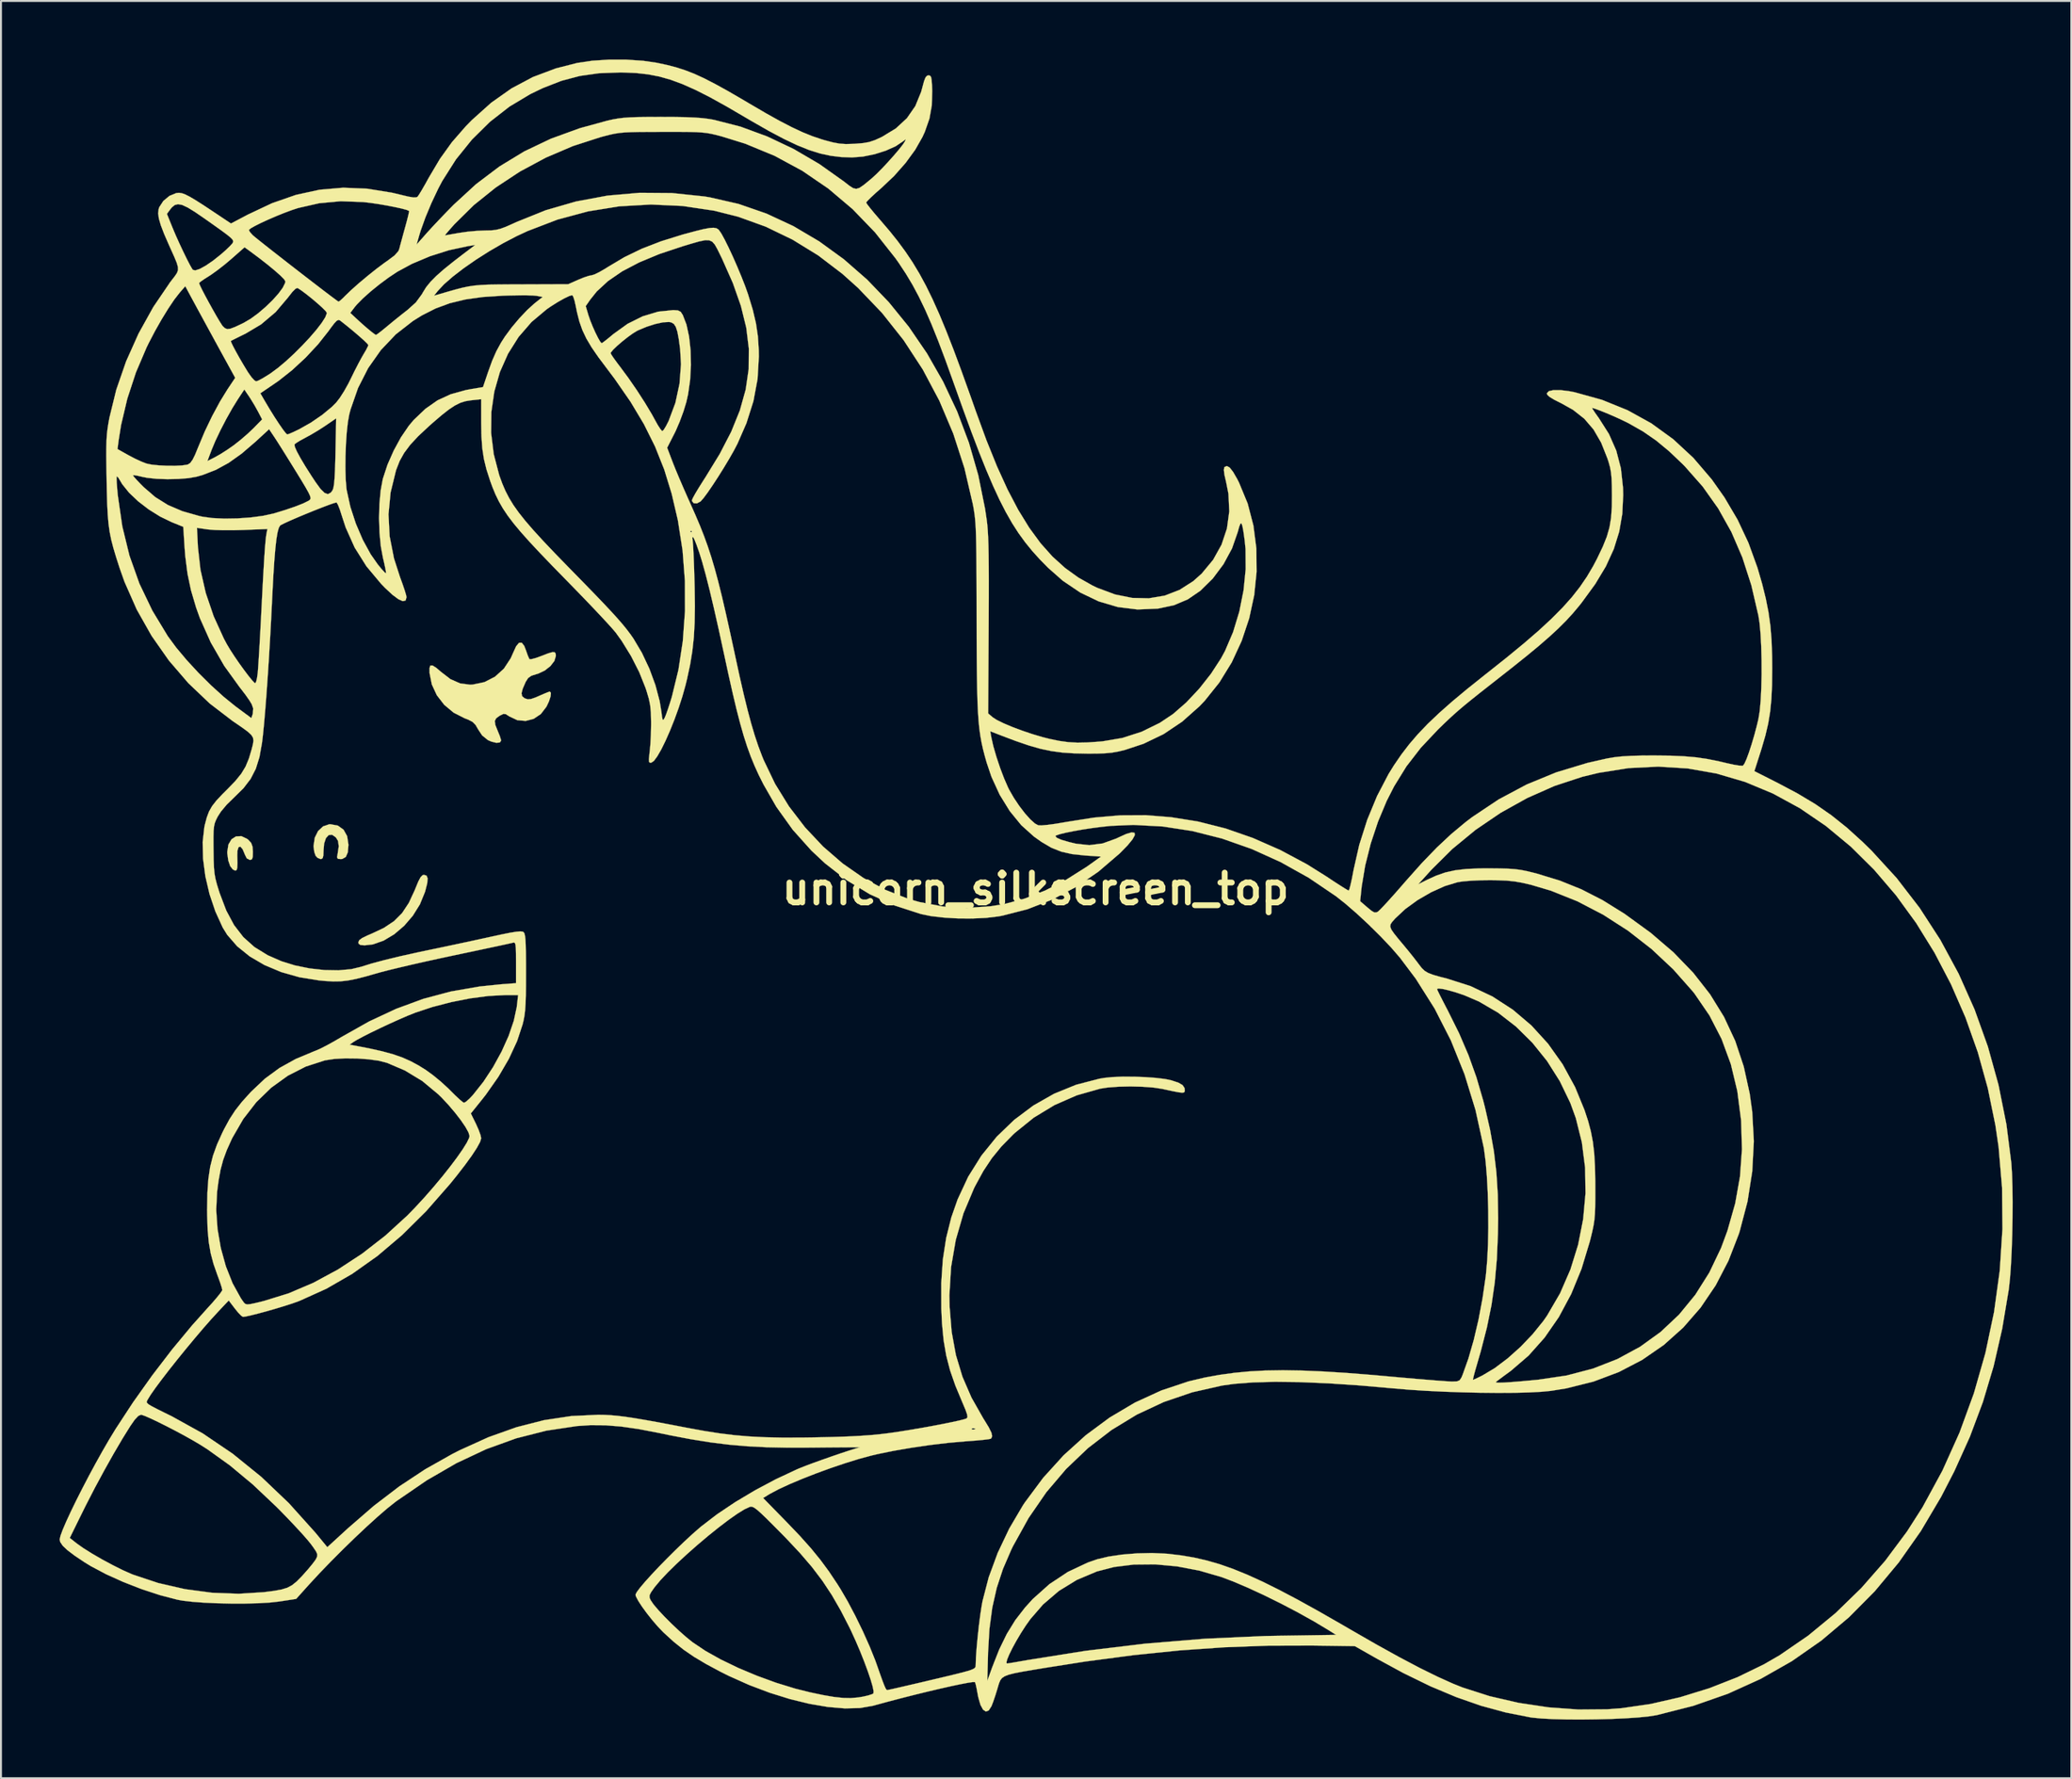
<source format=kicad_pcb>
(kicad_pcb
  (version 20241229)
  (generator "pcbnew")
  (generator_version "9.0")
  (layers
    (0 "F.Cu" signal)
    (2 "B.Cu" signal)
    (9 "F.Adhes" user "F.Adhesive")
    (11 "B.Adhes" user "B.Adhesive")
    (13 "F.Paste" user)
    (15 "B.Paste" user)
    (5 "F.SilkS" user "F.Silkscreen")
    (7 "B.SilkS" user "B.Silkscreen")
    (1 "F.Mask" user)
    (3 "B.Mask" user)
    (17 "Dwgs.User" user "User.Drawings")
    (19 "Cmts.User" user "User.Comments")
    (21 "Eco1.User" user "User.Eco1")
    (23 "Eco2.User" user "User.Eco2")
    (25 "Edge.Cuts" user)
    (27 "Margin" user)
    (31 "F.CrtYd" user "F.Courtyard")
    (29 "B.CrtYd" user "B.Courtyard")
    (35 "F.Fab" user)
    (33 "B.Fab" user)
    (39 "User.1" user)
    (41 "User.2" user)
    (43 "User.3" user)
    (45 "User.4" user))
  (footprint "unicorn_silkscreen_top"
    (layer "F.Cu")
    (at 49.956 42.478)
    (property "Reference" "unicorn_silkscreen_top" (at 0 0 0) (layer "F.SilkS") (effects (font (size 1.524 1.524) (thickness 0.3))))
    (attr through_hole)
    (fp_poly (pts (xy -31.169 -0.68) (xy -31.115 -0.541) (xy -31.136 -0.289) (xy -31.234 0.096) (xy -31.254 0.163) (xy -31.51 0.79) (xy -31.874 1.373) (xy -32.32 1.891) (xy -32.825 2.322) (xy -33.366 2.646) (xy -33.916 2.84) (xy -34.335 2.888) (xy -34.553 2.872) (xy -34.646 2.807) (xy -34.66 2.728) (xy -34.615 2.625) (xy -34.466 2.514) (xy -34.188 2.379) (xy -34.001 2.3) (xy -33.353 1.996) (xy -32.836 1.651) (xy -32.42 1.234) (xy -32.076 0.713) (xy -31.771 0.057) (xy -31.737 -0.029) (xy -31.591 -0.382) (xy -31.476 -0.598) (xy -31.376 -0.702) (xy -31.302 -0.722) (xy -31.169 -0.68)) (stroke (width 0.01) (type solid)) (fill yes) (layer "F.SilkS"))
    (fp_poly (pts (xy -40.353 -2.562) (xy -40.298 -2.519) (xy -40.149 -2.357) (xy -40.079 -2.165) (xy -40.06 -1.903) (xy -40.066 -1.651) (xy -40.103 -1.526) (xy -40.188 -1.488) (xy -40.217 -1.487) (xy -40.373 -1.567) (xy -40.462 -1.741) (xy -40.585 -2.035) (xy -40.701 -2.167) (xy -40.795 -2.139) (xy -40.852 -1.952) (xy -40.859 -1.712) (xy -40.85 -1.323) (xy -40.86 -1.081) (xy -40.896 -0.961) (xy -40.967 -0.94) (xy -41.079 -0.995) (xy -41.089 -1.001) (xy -41.221 -1.168) (xy -41.319 -1.452) (xy -41.368 -1.803) (xy -41.371 -1.905) (xy -41.312 -2.277) (xy -41.153 -2.544) (xy -40.923 -2.69) (xy -40.647 -2.702) (xy -40.353 -2.562)) (stroke (width 0.01) (type solid)) (fill yes) (layer "F.SilkS"))
    (fp_poly (pts (xy -35.707 -3.241) (xy -35.419 -3.033) (xy -35.235 -2.703) (xy -35.169 -2.267) (xy -35.169 -2.254) (xy -35.202 -1.874) (xy -35.303 -1.639) (xy -35.482 -1.536) (xy -35.565 -1.529) (xy -35.711 -1.544) (xy -35.752 -1.623) (xy -35.72 -1.805) (xy -35.663 -2.187) (xy -35.702 -2.463) (xy -35.811 -2.638) (xy -36.005 -2.776) (xy -36.18 -2.759) (xy -36.321 -2.603) (xy -36.414 -2.323) (xy -36.443 -1.977) (xy -36.453 -1.711) (xy -36.49 -1.575) (xy -36.568 -1.53) (xy -36.593 -1.529) (xy -36.753 -1.595) (xy -36.848 -1.698) (xy -36.916 -1.892) (xy -36.952 -2.156) (xy -36.953 -2.212) (xy -36.892 -2.624) (xy -36.723 -2.964) (xy -36.469 -3.203) (xy -36.155 -3.31) (xy -36.089 -3.313) (xy -35.707 -3.241)) (stroke (width 0.01) (type solid)) (fill yes) (layer "F.SilkS"))
    (fp_poly (pts (xy -26.171 -12.451) (xy -26.08 -12.218) (xy -25.995 -11.975) (xy -25.922 -11.806) (xy -25.897 -11.766) (xy -25.796 -11.768) (xy -25.584 -11.825) (xy -25.307 -11.925) (xy -25.295 -11.929) (xy -24.95 -12.063) (xy -24.731 -12.127) (xy -24.61 -12.122) (xy -24.56 -12.05) (xy -24.551 -11.934) (xy -24.627 -11.676) (xy -24.829 -11.415) (xy -25.118 -11.186) (xy -25.455 -11.027) (xy -25.53 -11.006) (xy -25.804 -10.918) (xy -25.97 -10.802) (xy -26.091 -10.612) (xy -26.097 -10.6) (xy -26.248 -10.254) (xy -26.308 -10.02) (xy -26.276 -9.869) (xy -26.155 -9.769) (xy -26.133 -9.759) (xy -25.987 -9.713) (xy -25.825 -9.726) (xy -25.597 -9.804) (xy -25.413 -9.884) (xy -25.147 -10) (xy -24.946 -10.081) (xy -24.858 -10.109) (xy -24.804 -10.041) (xy -24.821 -9.861) (xy -24.902 -9.609) (xy -25.03 -9.336) (xy -25.318 -8.96) (xy -25.684 -8.713) (xy -26.095 -8.605) (xy -26.521 -8.643) (xy -26.93 -8.835) (xy -26.941 -8.843) (xy -27.114 -8.953) (xy -27.241 -8.964) (xy -27.412 -8.88) (xy -27.438 -8.864) (xy -27.608 -8.739) (xy -27.677 -8.597) (xy -27.648 -8.395) (xy -27.527 -8.093) (xy -27.522 -8.082) (xy -27.422 -7.838) (xy -27.362 -7.646) (xy -27.354 -7.594) (xy -27.422 -7.499) (xy -27.602 -7.484) (xy -27.856 -7.548) (xy -28.03 -7.624) (xy -28.324 -7.862) (xy -28.526 -8.168) (xy -28.661 -8.401) (xy -28.811 -8.553) (xy -29.034 -8.67) (xy -29.223 -8.743) (xy -29.785 -9.029) (xy -30.266 -9.431) (xy -30.644 -9.922) (xy -30.9 -10.474) (xy -31.015 -11.057) (xy -31.016 -11.32) (xy -30.973 -11.442) (xy -30.86 -11.443) (xy -30.663 -11.317) (xy -30.436 -11.121) (xy -29.946 -10.744) (xy -29.455 -10.527) (xy -28.943 -10.46) (xy -28.807 -10.466) (xy -28.203 -10.593) (xy -27.666 -10.869) (xy -27.212 -11.28) (xy -26.86 -11.815) (xy -26.741 -12.084) (xy -26.583 -12.429) (xy -26.436 -12.605) (xy -26.3 -12.612) (xy -26.171 -12.451)) (stroke (width 0.01) (type solid)) (fill yes) (layer "F.SilkS"))
    (fp_poly (pts (xy -20.94 -42.472) (xy -20.081 -42.414) (xy -19.393 -42.313) (xy -18.875 -42.203) (xy -18.398 -42.08) (xy -17.938 -41.932) (xy -17.469 -41.75) (xy -16.969 -41.521) (xy -16.412 -41.235) (xy -15.773 -40.883) (xy -15.03 -40.452) (xy -14.634 -40.218) (xy -13.808 -39.734) (xy -13.096 -39.337) (xy -12.477 -39.016) (xy -11.926 -38.758) (xy -11.421 -38.553) (xy -10.937 -38.39) (xy -10.791 -38.346) (xy -10.368 -38.234) (xy -10.03 -38.171) (xy -9.701 -38.149) (xy -9.307 -38.16) (xy -9.243 -38.163) (xy -8.83 -38.197) (xy -8.512 -38.253) (xy -8.216 -38.352) (xy -7.867 -38.512) (xy -7.855 -38.518) (xy -7.146 -38.949) (xy -6.579 -39.473) (xy -6.148 -40.096) (xy -5.85 -40.823) (xy -5.791 -41.039) (xy -5.702 -41.369) (xy -5.626 -41.563) (xy -5.545 -41.651) (xy -5.473 -41.668) (xy -5.396 -41.653) (xy -5.345 -41.586) (xy -5.315 -41.437) (xy -5.296 -41.173) (xy -5.285 -40.876) (xy -5.305 -40.128) (xy -5.426 -39.454) (xy -5.662 -38.778) (xy -5.783 -38.512) (xy -6.154 -37.859) (xy -6.649 -37.18) (xy -7.236 -36.515) (xy -7.868 -35.916) (xy -8.173 -35.648) (xy -8.424 -35.416) (xy -8.596 -35.244) (xy -8.665 -35.156) (xy -8.665 -35.153) (xy -8.612 -35.064) (xy -8.466 -34.875) (xy -8.25 -34.612) (xy -7.984 -34.301) (xy -7.938 -34.248) (xy -7.474 -33.706) (xy -7.05 -33.176) (xy -6.659 -32.645) (xy -6.292 -32.098) (xy -5.942 -31.518) (xy -5.603 -30.891) (xy -5.265 -30.201) (xy -4.921 -29.434) (xy -4.565 -28.574) (xy -4.187 -27.605) (xy -3.782 -26.513) (xy -3.34 -25.283) (xy -3.052 -24.466) (xy -2.506 -22.974) (xy -1.967 -21.641) (xy -1.428 -20.458) (xy -0.881 -19.415) (xy -0.319 -18.501) (xy 0.262 -17.707) (xy 0.872 -17.023) (xy 1.517 -16.439) (xy 2.202 -15.945) (xy 2.936 -15.531) (xy 3.171 -15.42) (xy 4.075 -15.082) (xy 4.957 -14.904) (xy 5.808 -14.885) (xy 6.619 -15.022) (xy 7.379 -15.316) (xy 8.08 -15.764) (xy 8.511 -16.149) (xy 9.095 -16.854) (xy 9.527 -17.63) (xy 9.805 -18.462) (xy 9.924 -19.337) (xy 9.881 -20.239) (xy 9.764 -20.832) (xy 9.676 -21.215) (xy 9.646 -21.462) (xy 9.67 -21.593) (xy 9.682 -21.609) (xy 9.802 -21.659) (xy 9.944 -21.58) (xy 10.116 -21.362) (xy 10.328 -20.996) (xy 10.424 -20.807) (xy 10.864 -19.741) (xy 11.158 -18.613) (xy 11.309 -17.442) (xy 11.322 -16.246) (xy 11.199 -15.046) (xy 10.943 -13.86) (xy 10.559 -12.707) (xy 10.05 -11.606) (xy 9.418 -10.577) (xy 8.668 -9.639) (xy 8.399 -9.356) (xy 7.508 -8.565) (xy 6.558 -7.928) (xy 5.534 -7.435) (xy 4.587 -7.122) (xy 4.242 -7.037) (xy 3.917 -6.98) (xy 3.562 -6.947) (xy 3.129 -6.932) (xy 2.676 -6.93) (xy 1.987 -6.944) (xy 1.381 -6.984) (xy 0.818 -7.06) (xy 0.257 -7.178) (xy -0.34 -7.349) (xy -1.013 -7.579) (xy -1.73 -7.85) (xy -2.314 -8.076) (xy -2.257 -7.755) (xy -2.156 -7.309) (xy -2 -6.772) (xy -1.809 -6.2) (xy -1.603 -5.656) (xy -1.402 -5.196) (xy -1.349 -5.089) (xy -1.108 -4.669) (xy -0.831 -4.255) (xy -0.543 -3.878) (xy -0.265 -3.566) (xy -0.023 -3.349) (xy 0.143 -3.259) (xy 0.315 -3.253) (xy 0.621 -3.28) (xy 1.026 -3.335) (xy 1.5 -3.415) (xy 1.565 -3.427) (xy 3.002 -3.654) (xy 4.351 -3.77) (xy 5.652 -3.777) (xy 6.947 -3.673) (xy 8.277 -3.46) (xy 8.369 -3.441) (xy 9.738 -3.095) (xy 11.138 -2.607) (xy 12.535 -1.992) (xy 13.894 -1.266) (xy 14.889 -0.643) (xy 15.268 -0.391) (xy 15.597 -0.178) (xy 15.851 -0.018) (xy 16.004 0.072) (xy 16.036 0.085) (xy 16.074 0.006) (xy 16.131 -0.208) (xy 16.202 -0.527) (xy 16.277 -0.918) (xy 16.285 -0.963) (xy 16.578 -2.257) (xy 16.985 -3.537) (xy 17.49 -4.76) (xy 18.077 -5.884) (xy 18.352 -6.329) (xy 18.731 -6.882) (xy 19.135 -7.41) (xy 19.581 -7.929) (xy 20.084 -8.455) (xy 20.662 -9.005) (xy 21.33 -9.596) (xy 22.106 -10.243) (xy 23.007 -10.963) (xy 23.149 -11.075) (xy 24.15 -11.871) (xy 25.02 -12.588) (xy 25.774 -13.24) (xy 26.423 -13.841) (xy 26.981 -14.403) (xy 27.46 -14.94) (xy 27.873 -15.466) (xy 28.233 -15.994) (xy 28.553 -16.537) (xy 28.753 -16.917) (xy 29.042 -17.523) (xy 29.25 -18.039) (xy 29.388 -18.517) (xy 29.47 -19.012) (xy 29.508 -19.573) (xy 29.514 -20.133) (xy 29.509 -20.643) (xy 29.495 -21.026) (xy 29.466 -21.328) (xy 29.418 -21.591) (xy 29.344 -21.859) (xy 29.284 -22.044) (xy 28.961 -22.858) (xy 28.572 -23.53) (xy 28.098 -24.083) (xy 27.521 -24.538) (xy 26.945 -24.861) (xy 26.562 -25.054) (xy 26.32 -25.2) (xy 26.201 -25.311) (xy 26.181 -25.385) (xy 26.284 -25.494) (xy 26.525 -25.548) (xy 26.88 -25.548) (xy 27.328 -25.492) (xy 27.601 -25.439) (xy 29.004 -25.049) (xy 30.312 -24.519) (xy 31.526 -23.848) (xy 32.648 -23.034) (xy 33.679 -22.078) (xy 34.621 -20.976) (xy 35.275 -20.048) (xy 35.944 -18.911) (xy 36.5 -17.727) (xy 36.961 -16.454) (xy 37.201 -15.629) (xy 37.387 -14.876) (xy 37.526 -14.175) (xy 37.623 -13.48) (xy 37.683 -12.742) (xy 37.712 -11.915) (xy 37.717 -11.292) (xy 37.708 -10.441) (xy 37.674 -9.716) (xy 37.61 -9.073) (xy 37.511 -8.47) (xy 37.369 -7.863) (xy 37.179 -7.208) (xy 37.123 -7.03) (xy 36.804 -6.033) (xy 38.004 -5.426) (xy 39.027 -4.882) (xy 39.929 -4.341) (xy 40.752 -3.769) (xy 41.543 -3.136) (xy 42.344 -2.409) (xy 42.799 -1.964) (xy 44.086 -0.558) (xy 45.262 0.969) (xy 46.322 2.606) (xy 47.261 4.343) (xy 48.074 6.168) (xy 48.756 8.07) (xy 49.302 10.039) (xy 49.707 12.063) (xy 49.957 14.032) (xy 49.993 14.582) (xy 50.015 15.259) (xy 50.024 16.026) (xy 50.02 16.845) (xy 50.004 17.681) (xy 49.977 18.498) (xy 49.939 19.258) (xy 49.891 19.926) (xy 49.834 20.464) (xy 49.827 20.515) (xy 49.489 22.536) (xy 49.051 24.444) (xy 48.504 26.273) (xy 47.837 28.056) (xy 47.039 29.825) (xy 46.364 31.134) (xy 45.329 32.883) (xy 44.196 34.495) (xy 42.968 35.969) (xy 41.645 37.304) (xy 40.23 38.498) (xy 38.723 39.55) (xy 37.127 40.458) (xy 35.444 41.222) (xy 33.674 41.84) (xy 31.82 42.311) (xy 31.794 42.317) (xy 31.384 42.381) (xy 30.837 42.435) (xy 30.185 42.478) (xy 29.462 42.511) (xy 28.699 42.531) (xy 27.929 42.54) (xy 27.185 42.536) (xy 26.498 42.518) (xy 25.903 42.487) (xy 25.431 42.441) (xy 25.33 42.426) (xy 24.073 42.178) (xy 22.817 41.836) (xy 21.54 41.391) (xy 20.221 40.836) (xy 18.838 40.161) (xy 17.505 39.436) (xy 16.353 38.781) (xy 14.16 38.751) (xy 11.917 38.757) (xy 9.662 38.84) (xy 7.368 39.001) (xy 5.005 39.244) (xy 2.547 39.57) (xy 0.514 39.89) (xy -0.157 40.001) (xy -0.682 40.091) (xy -1.079 40.169) (xy -1.369 40.243) (xy -1.572 40.322) (xy -1.709 40.414) (xy -1.798 40.529) (xy -1.861 40.676) (xy -1.918 40.863) (xy -1.949 40.971) (xy -2.056 41.316) (xy -2.164 41.634) (xy -2.251 41.857) (xy -2.252 41.859) (xy -2.392 42.076) (xy -2.538 42.131) (xy -2.681 42.033) (xy -2.813 41.79) (xy -2.924 41.408) (xy -2.962 41.21) (xy -3.015 40.924) (xy -3.064 40.713) (xy -3.096 40.624) (xy -3.2 40.62) (xy -3.448 40.656) (xy -3.821 40.727) (xy -4.297 40.827) (xy -4.858 40.954) (xy -5.483 41.101) (xy -6.153 41.265) (xy -6.847 41.441) (xy -7.545 41.624) (xy -8.228 41.81) (xy -8.322 41.836) (xy -8.981 41.951) (xy -9.755 41.97) (xy -10.625 41.896) (xy -11.57 41.735) (xy -12.57 41.491) (xy -13.605 41.168) (xy -14.654 40.771) (xy -15.697 40.305) (xy -16.128 40.089) (xy -16.864 39.694) (xy -17.481 39.326) (xy -18.018 38.957) (xy -18.517 38.557) (xy -19.018 38.1) (xy -19.057 38.063) (xy -19.328 37.78) (xy -19.614 37.448) (xy -19.892 37.097) (xy -20.139 36.758) (xy -20.332 36.462) (xy -20.449 36.239) (xy -20.465 36.177) (xy -19.755 36.177) (xy -19.754 36.298) (xy -19.698 36.427) (xy -19.554 36.639) (xy -19.307 36.931) (xy -18.986 37.275) (xy -18.619 37.642) (xy -18.234 38.005) (xy -17.86 38.334) (xy -17.552 38.582) (xy -16.894 39.024) (xy -16.103 39.467) (xy -15.212 39.897) (xy -14.256 40.299) (xy -13.271 40.658) (xy -12.292 40.959) (xy -11.54 41.147) (xy -10.861 41.29) (xy -10.309 41.385) (xy -9.85 41.434) (xy -9.45 41.442) (xy -9.074 41.41) (xy -8.828 41.369) (xy -8.56 41.307) (xy -8.36 41.241) (xy -8.295 41.205) (xy -8.284 41.087) (xy -8.335 40.839) (xy -8.438 40.486) (xy -8.586 40.052) (xy -8.768 39.562) (xy -8.976 39.04) (xy -9.202 38.511) (xy -9.435 38.001) (xy -9.51 37.845) (xy -9.966 36.957) (xy -10.421 36.167) (xy -10.903 35.437) (xy -11.438 34.731) (xy -12.055 34.011) (xy -12.778 33.241) (xy -12.952 33.063) (xy -13.412 32.598) (xy -13.769 32.242) (xy -14.04 31.983) (xy -14.24 31.805) (xy -14.385 31.697) (xy -14.491 31.645) (xy -14.573 31.636) (xy -14.618 31.646) (xy -14.892 31.772) (xy -15.264 32.002) (xy -15.713 32.318) (xy -16.216 32.701) (xy -16.753 33.133) (xy -17.302 33.597) (xy -17.842 34.074) (xy -18.353 34.546) (xy -18.811 34.995) (xy -19.197 35.404) (xy -19.489 35.754) (xy -19.514 35.788) (xy -19.68 36.024) (xy -19.755 36.177) (xy -20.465 36.177) (xy -20.473 36.148) (xy -20.414 36.021) (xy -20.247 35.797) (xy -19.992 35.494) (xy -19.665 35.131) (xy -19.284 34.726) (xy -18.866 34.298) (xy -18.431 33.865) (xy -17.994 33.445) (xy -17.575 33.056) (xy -17.19 32.719) (xy -17.118 32.658) (xy -16.306 32.034) (xy -15.369 31.405) (xy -14.348 30.796) (xy -13.286 30.231) (xy -12.224 29.734) (xy -12.063 29.665) (xy -11.765 29.547) (xy -11.368 29.398) (xy -10.909 29.233) (xy -10.425 29.063) (xy -9.953 28.902) (xy -9.53 28.763) (xy -9.193 28.657) (xy -8.983 28.6) (xy -9.048 28.597) (xy -9.262 28.597) (xy -9.607 28.598) (xy -10.06 28.601) (xy -10.603 28.605) (xy -11.215 28.611) (xy -11.446 28.614) (xy -12.656 28.617) (xy -13.738 28.596) (xy -14.735 28.546) (xy -15.689 28.463) (xy -16.641 28.344) (xy -17.633 28.185) (xy -18.707 27.981) (xy -19.299 27.858) (xy -20.312 27.663) (xy -21.206 27.534) (xy -22.017 27.469) (xy -22.781 27.463) (xy -23.473 27.509) (xy -25.034 27.744) (xy -26.579 28.137) (xy -28.111 28.691) (xy -29.637 29.408) (xy -31.162 30.291) (xy -32.691 31.34) (xy -32.785 31.41) (xy -33.19 31.733) (xy -33.684 32.16) (xy -34.243 32.668) (xy -34.844 33.235) (xy -35.463 33.837) (xy -36.076 34.453) (xy -36.659 35.058) (xy -37.189 35.631) (xy -37.253 35.702) (xy -37.845 36.362) (xy -38.726 36.497) (xy -39.196 36.549) (xy -39.784 36.583) (xy -40.451 36.6) (xy -41.159 36.601) (xy -41.872 36.585) (xy -42.553 36.555) (xy -43.163 36.509) (xy -43.666 36.45) (xy -43.919 36.404) (xy -44.819 36.169) (xy -45.76 35.859) (xy -46.695 35.495) (xy -47.578 35.096) (xy -48.361 34.68) (xy -48.676 34.487) (xy -49.184 34.146) (xy -49.553 33.867) (xy -49.794 33.639) (xy -49.922 33.449) (xy -49.951 33.319) (xy -49.933 33.239) (xy -49.435 33.239) (xy -49.078 33.522) (xy -48.738 33.763) (xy -48.286 34.046) (xy -47.767 34.346) (xy -47.224 34.638) (xy -46.704 34.897) (xy -46.249 35.098) (xy -46.201 35.117) (xy -44.902 35.55) (xy -43.539 35.862) (xy -42.153 36.047) (xy -40.781 36.099) (xy -39.499 36.018) (xy -38.98 35.951) (xy -38.592 35.881) (xy -38.295 35.789) (xy -38.052 35.659) (xy -37.823 35.474) (xy -37.569 35.217) (xy -37.495 35.136) (xy -37.238 34.847) (xy -37.016 34.578) (xy -36.861 34.371) (xy -36.821 34.305) (xy -36.767 34.183) (xy -36.764 34.071) (xy -36.826 33.93) (xy -36.969 33.718) (xy -37.099 33.541) (xy -37.28 33.319) (xy -37.557 33.005) (xy -37.907 32.626) (xy -38.304 32.207) (xy -38.725 31.775) (xy -38.861 31.639) (xy -40.06 30.505) (xy -41.238 29.523) (xy -42.389 28.698) (xy -42.772 28.455) (xy -43.143 28.236) (xy -43.57 27.997) (xy -44.026 27.752) (xy -44.483 27.515) (xy -44.913 27.301) (xy -45.287 27.123) (xy -45.578 26.996) (xy -45.758 26.933) (xy -45.787 26.929) (xy -45.926 26.99) (xy -46.107 27.181) (xy -46.332 27.503) (xy -46.743 28.164) (xy -47.198 28.94) (xy -47.672 29.785) (xy -48.142 30.657) (xy -48.584 31.515) (xy -48.729 31.804) (xy -49.435 33.239) (xy -49.933 33.239) (xy -49.91 33.132) (xy -49.794 32.817) (xy -49.614 32.397) (xy -49.38 31.891) (xy -49.102 31.32) (xy -48.791 30.705) (xy -48.458 30.066) (xy -48.111 29.423) (xy -47.763 28.798) (xy -47.422 28.21) (xy -47.1 27.68) (xy -47.096 27.673) (xy -46.192 26.292) (xy -46.18 26.275) (xy -45.497 26.275) (xy -45.474 26.333) (xy -45.391 26.404) (xy -45.228 26.5) (xy -44.967 26.636) (xy -44.587 26.825) (xy -44.216 27.007) (xy -42.63 27.885) (xy -41.1 28.922) (xy -39.628 30.114) (xy -38.219 31.457) (xy -36.878 32.95) (xy -36.75 33.104) (xy -36.25 33.713) (xy -35.179 32.732) (xy -33.866 31.594) (xy -32.564 30.599) (xy -31.239 29.723) (xy -29.86 28.945) (xy -29.478 28.75) (xy -28 28.08) (xy -26.563 27.568) (xy -25.154 27.208) (xy -23.757 26.997) (xy -22.384 26.932) (xy -22.07 26.937) (xy -21.751 26.954) (xy -21.407 26.984) (xy -21.016 27.032) (xy -20.559 27.1) (xy -20.015 27.191) (xy -19.363 27.308) (xy -18.583 27.455) (xy -17.818 27.602) (xy -16.954 27.76) (xy -16.157 27.885) (xy -15.392 27.979) (xy -14.622 28.044) (xy -13.811 28.084) (xy -12.922 28.102) (xy -11.919 28.099) (xy -11.341 28.091) (xy -10.425 28.071) (xy -9.649 28.046) (xy -8.983 28.012) (xy -8.397 27.97) (xy -7.861 27.916) (xy -7.476 27.868) (xy -6.981 27.796) (xy -6.435 27.709) (xy -6.225 27.673) (xy -3.276 27.673) (xy -3.193 27.687) (xy -3.083 27.671) (xy -3.081 27.642) (xy -3.195 27.622) (xy -3.244 27.636) (xy -3.276 27.673) (xy -6.225 27.673) (xy -5.865 27.612) (xy -5.3 27.51) (xy -4.766 27.408) (xy -4.293 27.312) (xy -3.907 27.228) (xy -3.637 27.159) (xy -3.518 27.117) (xy -3.479 27.052) (xy -3.497 26.913) (xy -3.58 26.674) (xy -3.734 26.311) (xy -3.736 26.306) (xy -4.095 25.446) (xy -4.368 24.661) (xy -4.565 23.902) (xy -4.7 23.117) (xy -4.782 22.257) (xy -4.818 21.492) (xy -4.82 20.176) (xy -4.739 18.979) (xy -4.568 17.871) (xy -4.305 16.822) (xy -3.984 15.903) (xy -3.439 14.735) (xy -2.766 13.66) (xy -1.979 12.688) (xy -1.088 11.829) (xy -0.106 11.093) (xy 0.955 10.49) (xy 2.082 10.03) (xy 3.264 9.723) (xy 3.505 9.681) (xy 3.925 9.637) (xy 4.446 9.616) (xy 5.024 9.617) (xy 5.612 9.638) (xy 6.163 9.678) (xy 6.633 9.735) (xy 6.949 9.8) (xy 7.312 9.92) (xy 7.53 10.045) (xy 7.631 10.193) (xy 7.645 10.3) (xy 7.64 10.376) (xy 7.605 10.422) (xy 7.516 10.436) (xy 7.346 10.418) (xy 7.071 10.366) (xy 6.664 10.279) (xy 6.499 10.242) (xy 6.042 10.172) (xy 5.475 10.13) (xy 4.857 10.115) (xy 4.244 10.129) (xy 3.692 10.171) (xy 3.313 10.23) (xy 2.116 10.571) (xy 0.978 11.069) (xy -0.084 11.713) (xy -1.055 12.497) (xy -1.145 12.582) (xy -1.735 13.183) (xy -2.229 13.787) (xy -2.666 14.445) (xy -3.084 15.212) (xy -3.145 15.333) (xy -3.684 16.616) (xy -4.077 17.97) (xy -4.319 19.374) (xy -4.405 20.806) (xy -4.394 21.398) (xy -4.288 22.687) (xy -4.072 23.872) (xy -3.737 24.983) (xy -3.273 26.054) (xy -2.67 27.117) (xy -2.622 27.192) (xy -2.39 27.574) (xy -2.256 27.844) (xy -2.215 28.024) (xy -2.259 28.134) (xy -2.292 28.16) (xy -2.403 28.184) (xy -2.65 28.214) (xy -3.001 28.248) (xy -3.424 28.281) (xy -3.583 28.292) (xy -4.44 28.367) (xy -5.375 28.478) (xy -6.332 28.618) (xy -7.256 28.777) (xy -8.088 28.947) (xy -8.386 29.017) (xy -9.02 29.188) (xy -9.723 29.406) (xy -10.464 29.656) (xy -11.209 29.927) (xy -11.926 30.208) (xy -12.582 30.484) (xy -13.146 30.745) (xy -13.584 30.977) (xy -13.654 31.019) (xy -13.94 31.195) (xy -12.724 32.439) (xy -12.06 33.134) (xy -11.499 33.762) (xy -11.011 34.359) (xy -10.567 34.962) (xy -10.135 35.61) (xy -9.977 35.861) (xy -9.605 36.501) (xy -9.215 37.24) (xy -8.834 38.023) (xy -8.489 38.794) (xy -8.205 39.5) (xy -8.128 39.714) (xy -7.956 40.205) (xy -7.829 40.558) (xy -7.738 40.795) (xy -7.674 40.938) (xy -7.628 41.009) (xy -7.59 41.031) (xy -7.584 41.031) (xy -7.487 41.013) (xy -7.247 40.96) (xy -6.886 40.878) (xy -6.426 40.771) (xy -5.889 40.646) (xy -5.54 40.564) (xy -2.464 40.564) (xy -2.22 39.884) (xy -2.118 39.625) (xy -1.486 39.625) (xy -1.457 39.672) (xy -1.351 39.657) (xy -1.113 39.619) (xy -0.782 39.561) (xy -0.436 39.5) (xy 2.558 39.023) (xy 5.622 38.654) (xy 8.699 38.4) (xy 11.733 38.264) (xy 12.391 38.251) (xy 15.394 38.205) (xy 14.982 37.947) (xy 14.242 37.504) (xy 13.426 37.049) (xy 12.57 36.6) (xy 11.712 36.176) (xy 10.887 35.794) (xy 10.131 35.472) (xy 9.514 35.239) (xy 8.388 34.912) (xy 7.249 34.696) (xy 6.124 34.592) (xy 5.04 34.602) (xy 4.026 34.728) (xy 3.148 34.955) (xy 2.121 35.388) (xy 1.202 35.952) (xy 0.389 36.648) (xy -0.256 37.393) (xy -0.5 37.736) (xy -0.744 38.115) (xy -0.974 38.503) (xy -1.177 38.874) (xy -1.339 39.202) (xy -1.447 39.461) (xy -1.486 39.625) (xy -2.118 39.625) (xy -1.854 38.955) (xy -1.466 38.157) (xy -1.033 37.453) (xy -0.532 36.805) (xy -0.137 36.37) (xy 0.714 35.608) (xy 1.659 34.981) (xy 2.68 34.5) (xy 3.158 34.334) (xy 3.741 34.195) (xy 4.438 34.092) (xy 5.198 34.03) (xy 5.969 34.013) (xy 6.698 34.045) (xy 6.807 34.055) (xy 7.473 34.135) (xy 8.12 34.245) (xy 8.766 34.393) (xy 9.424 34.583) (xy 10.11 34.823) (xy 10.84 35.12) (xy 11.627 35.478) (xy 12.487 35.905) (xy 13.436 36.406) (xy 14.488 36.989) (xy 15.658 37.659) (xy 16.183 37.964) (xy 17.461 38.699) (xy 18.624 39.343) (xy 19.667 39.894) (xy 20.588 40.348) (xy 21.38 40.705) (xy 21.863 40.898) (xy 23.258 41.346) (xy 24.74 41.687) (xy 26.265 41.916) (xy 27.791 42.028) (xy 29.274 42.016) (xy 30 41.961) (xy 31.489 41.745) (xy 33.001 41.399) (xy 34.497 40.937) (xy 35.939 40.372) (xy 37.289 39.716) (xy 38.102 39.245) (xy 39.561 38.242) (xy 40.958 37.091) (xy 42.276 35.809) (xy 43.501 34.411) (xy 44.616 32.914) (xy 45.412 31.668) (xy 46.43 29.795) (xy 47.307 27.845) (xy 48.043 25.83) (xy 48.633 23.766) (xy 49.075 21.667) (xy 49.366 19.548) (xy 49.504 17.423) (xy 49.485 15.308) (xy 49.307 13.216) (xy 49.143 12.1) (xy 48.755 10.205) (xy 48.243 8.365) (xy 47.614 6.59) (xy 46.873 4.888) (xy 46.029 3.27) (xy 45.086 1.745) (xy 44.053 0.324) (xy 42.934 -0.984) (xy 41.738 -2.17) (xy 40.469 -3.223) (xy 39.136 -4.133) (xy 37.76 -4.884) (xy 36.329 -5.481) (xy 34.871 -5.91) (xy 33.39 -6.171) (xy 31.887 -6.264) (xy 30.367 -6.189) (xy 28.831 -5.945) (xy 27.991 -5.742) (xy 26.576 -5.276) (xy 25.177 -4.657) (xy 23.819 -3.901) (xy 22.53 -3.024) (xy 21.335 -2.041) (xy 20.267 -0.979) (xy 19.595 -0.237) (xy 20.029 -0.457) (xy 20.512 -0.679) (xy 20.984 -0.843) (xy 21.485 -0.954) (xy 22.053 -1.021) (xy 22.725 -1.051) (xy 23.234 -1.054) (xy 23.788 -1.048) (xy 24.216 -1.036) (xy 24.561 -1.011) (xy 24.868 -0.97) (xy 25.181 -0.907) (xy 25.542 -0.818) (xy 25.656 -0.789) (xy 26.841 -0.428) (xy 27.949 0.019) (xy 29.03 0.573) (xy 30.133 1.258) (xy 30.159 1.275) (xy 31.491 2.243) (xy 32.662 3.246) (xy 33.675 4.295) (xy 34.536 5.396) (xy 35.251 6.557) (xy 35.824 7.788) (xy 36.26 9.095) (xy 36.566 10.487) (xy 36.693 11.401) (xy 36.776 12.923) (xy 36.695 14.465) (xy 36.454 16.007) (xy 36.053 17.532) (xy 36.009 17.67) (xy 35.476 19.046) (xy 34.821 20.307) (xy 34.048 21.448) (xy 33.161 22.466) (xy 32.166 23.357) (xy 31.065 24.118) (xy 29.864 24.744) (xy 28.567 25.232) (xy 27.178 25.579) (xy 26.386 25.707) (xy 25.893 25.754) (xy 25.258 25.787) (xy 24.508 25.806) (xy 23.669 25.811) (xy 22.771 25.802) (xy 21.838 25.781) (xy 20.899 25.748) (xy 19.981 25.703) (xy 19.11 25.646) (xy 18.349 25.582) (xy 16.606 25.429) (xy 15.011 25.322) (xy 13.569 25.26) (xy 12.281 25.244) (xy 11.15 25.273) (xy 10.178 25.348) (xy 9.557 25.434) (xy 8.028 25.78) (xy 6.571 26.278) (xy 5.191 26.923) (xy 3.895 27.712) (xy 2.688 28.641) (xy 1.574 29.704) (xy 0.559 30.898) (xy -0.35 32.219) (xy -1.15 33.663) (xy -1.242 33.853) (xy -1.662 34.826) (xy -1.982 35.799) (xy -2.21 36.811) (xy -2.355 37.901) (xy -2.426 39.106) (xy -2.427 39.162) (xy -2.464 40.564) (xy -5.54 40.564) (xy -5.298 40.507) (xy -5.288 40.504) (xy -4.624 40.347) (xy -4.107 40.222) (xy -3.718 40.124) (xy -3.44 40.047) (xy -3.254 39.983) (xy -3.141 39.928) (xy -3.083 39.875) (xy -3.061 39.817) (xy -3.058 39.751) (xy -3.045 39.373) (xy -3.01 38.877) (xy -2.957 38.312) (xy -2.893 37.728) (xy -2.822 37.173) (xy -2.749 36.699) (xy -2.71 36.486) (xy -2.391 35.255) (xy -1.929 34.002) (xy -1.342 32.764) (xy -0.646 31.581) (xy -0.547 31.431) (xy 0.394 30.164) (xy 1.44 29.01) (xy 2.58 27.977) (xy 3.802 27.073) (xy 5.094 26.307) (xy 6.443 25.688) (xy 7.837 25.222) (xy 8.675 25.024) (xy 9.42 24.889) (xy 10.174 24.785) (xy 10.955 24.71) (xy 11.781 24.666) (xy 12.672 24.652) (xy 13.645 24.668) (xy 14.719 24.713) (xy 15.912 24.788) (xy 17.243 24.893) (xy 18.137 24.973) (xy 18.828 25.035) (xy 19.482 25.092) (xy 20.074 25.141) (xy 20.582 25.182) (xy 20.981 25.211) (xy 21.249 25.227) (xy 21.334 25.23) (xy 21.579 25.221) (xy 21.716 25.166) (xy 21.81 25.022) (xy 21.874 24.869) (xy 22.166 24.05) (xy 22.439 23.101) (xy 22.683 22.06) (xy 22.889 20.968) (xy 23.05 19.863) (xy 23.068 19.708) (xy 23.129 19.012) (xy 23.168 18.211) (xy 23.185 17.343) (xy 23.18 16.447) (xy 23.156 15.56) (xy 23.111 14.72) (xy 23.048 13.966) (xy 22.966 13.336) (xy 22.948 13.23) (xy 22.527 11.316) (xy 21.967 9.493) (xy 21.27 7.763) (xy 20.438 6.131) (xy 19.804 5.127) (xy 20.558 5.127) (xy 20.595 5.217) (xy 20.698 5.428) (xy 20.852 5.732) (xy 21.042 6.1) (xy 21.106 6.221) (xy 21.688 7.394) (xy 22.169 8.514) (xy 22.573 9.642) (xy 22.923 10.84) (xy 23.016 11.203) (xy 23.275 12.343) (xy 23.468 13.434) (xy 23.597 14.521) (xy 23.669 15.651) (xy 23.688 16.871) (xy 23.676 17.659) (xy 23.62 18.962) (xy 23.513 20.16) (xy 23.347 21.306) (xy 23.113 22.457) (xy 22.801 23.669) (xy 22.613 24.317) (xy 22.513 24.661) (xy 22.439 24.936) (xy 22.4 25.106) (xy 22.399 25.145) (xy 22.487 25.11) (xy 22.68 25.019) (xy 22.876 24.923) (xy 23.511 24.544) (xy 24.177 24.042) (xy 24.839 23.45) (xy 25.459 22.799) (xy 26.004 22.124) (xy 26.197 21.847) (xy 26.858 20.71) (xy 27.387 19.494) (xy 27.782 18.223) (xy 28.04 16.915) (xy 28.16 15.592) (xy 28.139 14.275) (xy 27.975 12.984) (xy 27.665 11.74) (xy 27.382 10.959) (xy 26.845 9.847) (xy 26.192 8.813) (xy 25.436 7.873) (xy 24.593 7.042) (xy 23.68 6.335) (xy 22.71 5.769) (xy 21.945 5.441) (xy 21.529 5.301) (xy 21.152 5.192) (xy 20.845 5.122) (xy 20.637 5.098) (xy 20.558 5.125) (xy 20.558 5.127) (xy 19.804 5.127) (xy 19.472 4.601) (xy 18.663 3.525) (xy 18.214 3.005) (xy 17.668 2.428) (xy 17.167 1.932) (xy 18.163 1.932) (xy 18.219 2.08) (xy 18.358 2.282) (xy 18.588 2.568) (xy 18.818 2.842) (xy 19.09 3.172) (xy 19.351 3.498) (xy 19.562 3.771) (xy 19.64 3.876) (xy 19.782 4.058) (xy 19.926 4.195) (xy 20.107 4.303) (xy 20.361 4.4) (xy 20.72 4.503) (xy 21.068 4.591) (xy 22.267 4.974) (xy 23.392 5.507) (xy 24.434 6.181) (xy 25.386 6.989) (xy 26.24 7.925) (xy 26.989 8.981) (xy 27.626 10.15) (xy 28.105 11.317) (xy 28.292 11.884) (xy 28.433 12.417) (xy 28.536 12.953) (xy 28.604 13.531) (xy 28.643 14.189) (xy 28.659 14.966) (xy 28.66 15.248) (xy 28.66 15.835) (xy 28.654 16.29) (xy 28.641 16.649) (xy 28.614 16.95) (xy 28.572 17.23) (xy 28.51 17.527) (xy 28.425 17.878) (xy 28.381 18.051) (xy 27.957 19.454) (xy 27.426 20.748) (xy 26.795 21.926) (xy 26.067 22.978) (xy 25.249 23.898) (xy 24.344 24.677) (xy 24.264 24.736) (xy 23.981 24.942) (xy 23.748 25.116) (xy 23.6 25.229) (xy 23.574 25.25) (xy 23.587 25.279) (xy 23.719 25.29) (xy 23.98 25.283) (xy 24.378 25.257) (xy 24.924 25.212) (xy 25.627 25.147) (xy 25.74 25.136) (xy 27.188 24.922) (xy 28.541 24.568) (xy 29.797 24.076) (xy 30.952 23.45) (xy 32.003 22.692) (xy 32.947 21.804) (xy 33.779 20.789) (xy 34.498 19.649) (xy 35.1 18.387) (xy 35.425 17.51) (xy 35.823 16.106) (xy 36.069 14.728) (xy 36.169 13.337) (xy 36.127 11.893) (xy 36.122 11.824) (xy 35.931 10.352) (xy 35.6 8.973) (xy 35.126 7.685) (xy 34.508 6.484) (xy 33.746 5.369) (xy 33.651 5.249) (xy 32.65 4.117) (xy 31.538 3.075) (xy 30.336 2.138) (xy 29.064 1.32) (xy 27.744 0.633) (xy 26.395 0.092) (xy 25.368 -0.212) (xy 24.919 -0.316) (xy 24.525 -0.385) (xy 24.125 -0.426) (xy 23.655 -0.445) (xy 23.286 -0.45) (xy 22.792 -0.444) (xy 22.316 -0.422) (xy 21.907 -0.389) (xy 21.62 -0.347) (xy 20.957 -0.146) (xy 20.256 0.17) (xy 19.564 0.571) (xy 18.934 1.029) (xy 18.415 1.515) (xy 18.4 1.531) (xy 18.263 1.686) (xy 18.181 1.81) (xy 18.163 1.932) (xy 17.167 1.932) (xy 17.068 1.834) (xy 16.453 1.263) (xy 15.863 0.751) (xy 15.707 0.628) (xy 16.623 0.628) (xy 16.996 0.949) (xy 17.214 1.127) (xy 17.355 1.205) (xy 17.464 1.199) (xy 17.54 1.158) (xy 17.644 1.062) (xy 17.84 0.858) (xy 18.109 0.565) (xy 18.432 0.203) (xy 18.792 -0.208) (xy 18.958 -0.4) (xy 19.78 -1.323) (xy 20.548 -2.119) (xy 21.286 -2.81) (xy 22.017 -3.419) (xy 22.357 -3.678) (xy 23.717 -4.586) (xy 25.146 -5.348) (xy 26.657 -5.969) (xy 28.261 -6.455) (xy 29.265 -6.682) (xy 29.626 -6.744) (xy 30.022 -6.787) (xy 30.486 -6.815) (xy 31.054 -6.83) (xy 31.686 -6.833) (xy 32.497 -6.824) (xy 33.183 -6.795) (xy 33.79 -6.743) (xy 34.364 -6.661) (xy 34.948 -6.546) (xy 35.401 -6.439) (xy 35.735 -6.365) (xy 36.014 -6.319) (xy 36.19 -6.307) (xy 36.218 -6.312) (xy 36.294 -6.412) (xy 36.401 -6.648) (xy 36.528 -6.992) (xy 36.665 -7.414) (xy 36.804 -7.884) (xy 36.934 -8.375) (xy 37.013 -8.707) (xy 37.079 -9.116) (xy 37.128 -9.657) (xy 37.16 -10.294) (xy 37.176 -10.989) (xy 37.174 -11.705) (xy 37.156 -12.407) (xy 37.122 -13.056) (xy 37.07 -13.616) (xy 37.012 -13.997) (xy 36.65 -15.552) (xy 36.19 -16.978) (xy 35.626 -18.286) (xy 34.95 -19.492) (xy 34.158 -20.609) (xy 33.24 -21.649) (xy 33.135 -21.756) (xy 32.437 -22.42) (xy 31.776 -22.967) (xy 31.106 -23.43) (xy 30.384 -23.841) (xy 30.242 -23.913) (xy 29.934 -24.061) (xy 29.582 -24.22) (xy 29.224 -24.372) (xy 28.899 -24.503) (xy 28.646 -24.596) (xy 28.505 -24.635) (xy 28.499 -24.635) (xy 28.526 -24.573) (xy 28.633 -24.408) (xy 28.8 -24.173) (xy 28.841 -24.116) (xy 29.359 -23.301) (xy 29.733 -22.453) (xy 29.97 -21.543) (xy 30.079 -20.546) (xy 30.088 -20.176) (xy 30.042 -19.212) (xy 29.884 -18.297) (xy 29.607 -17.406) (xy 29.201 -16.519) (xy 28.657 -15.614) (xy 27.967 -14.668) (xy 27.835 -14.501) (xy 27.509 -14.113) (xy 27.158 -13.73) (xy 26.762 -13.335) (xy 26.306 -12.914) (xy 25.773 -12.451) (xy 25.145 -11.931) (xy 24.405 -11.339) (xy 23.864 -10.913) (xy 23.244 -10.427) (xy 22.737 -10.028) (xy 22.323 -9.697) (xy 21.981 -9.418) (xy 21.69 -9.172) (xy 21.429 -8.943) (xy 21.177 -8.711) (xy 20.913 -8.461) (xy 20.618 -8.174) (xy 20.612 -8.168) (xy 19.733 -7.235) (xy 18.992 -6.277) (xy 18.36 -5.252) (xy 17.979 -4.502) (xy 17.537 -3.446) (xy 17.165 -2.326) (xy 16.881 -1.199) (xy 16.701 -0.122) (xy 16.684 0.038) (xy 16.623 0.628) (xy 15.707 0.628) (xy 15.376 0.367) (xy 13.99 -0.572) (xy 12.547 -1.378) (xy 11.064 -2.049) (xy 9.554 -2.58) (xy 8.033 -2.965) (xy 6.517 -3.199) (xy 5.02 -3.279) (xy 3.865 -3.23) (xy 3.395 -3.181) (xy 2.901 -3.117) (xy 2.411 -3.042) (xy 1.954 -2.961) (xy 1.558 -2.881) (xy 1.252 -2.806) (xy 1.065 -2.742) (xy 1.019 -2.704) (xy 1.098 -2.616) (xy 1.335 -2.514) (xy 1.736 -2.398) (xy 2.073 -2.317) (xy 2.757 -2.242) (xy 3.442 -2.33) (xy 4.141 -2.582) (xy 4.255 -2.637) (xy 4.659 -2.82) (xy 4.932 -2.897) (xy 5.075 -2.873) (xy 5.087 -2.752) (xy 4.968 -2.537) (xy 4.718 -2.232) (xy 4.337 -1.843) (xy 4.296 -1.803) (xy 3.22 -0.881) (xy 2.066 -0.094) (xy 0.852 0.549) (xy -0.408 1.039) (xy -1.697 1.37) (xy -1.906 1.408) (xy -2.526 1.482) (xy -3.232 1.515) (xy -3.974 1.51) (xy -4.7 1.467) (xy -5.358 1.389) (xy -5.862 1.285) (xy -7.221 0.844) (xy -8.483 0.269) (xy -9.662 -0.447) (xy -10.773 -1.313) (xy -11.463 -1.959) (xy -12.42 -3.027) (xy -13.259 -4.199) (xy -13.921 -5.352) (xy -14.16 -5.83) (xy -14.374 -6.299) (xy -14.571 -6.778) (xy -14.756 -7.287) (xy -14.935 -7.846) (xy -15.114 -8.476) (xy -15.3 -9.195) (xy -15.497 -10.023) (xy -15.712 -10.98) (xy -15.932 -11.998) (xy -16.207 -13.265) (xy -16.456 -14.368) (xy -16.68 -15.315) (xy -16.882 -16.109) (xy -17.061 -16.756) (xy -17.206 -17.223) (xy -17.353 -17.641) (xy -17.463 -17.912) (xy -17.533 -18.032) (xy -17.561 -17.997) (xy -17.544 -17.803) (xy -17.543 -17.797) (xy -17.527 -17.615) (xy -17.509 -17.293) (xy -17.49 -16.859) (xy -17.471 -16.342) (xy -17.454 -15.772) (xy -17.446 -15.461) (xy -17.433 -14.484) (xy -17.446 -13.637) (xy -17.488 -12.88) (xy -17.565 -12.176) (xy -17.678 -11.485) (xy -17.832 -10.768) (xy -17.914 -10.432) (xy -18.074 -9.86) (xy -18.266 -9.267) (xy -18.48 -8.676) (xy -18.706 -8.111) (xy -18.934 -7.593) (xy -19.153 -7.147) (xy -19.355 -6.796) (xy -19.527 -6.562) (xy -19.658 -6.469) (xy -19.739 -6.465) (xy -19.78 -6.513) (xy -19.786 -6.647) (xy -19.762 -6.901) (xy -19.743 -7.063) (xy -19.709 -7.433) (xy -19.685 -7.896) (xy -19.674 -8.375) (xy -19.674 -8.58) (xy -19.686 -9.039) (xy -19.721 -9.402) (xy -19.79 -9.743) (xy -19.907 -10.138) (xy -19.962 -10.303) (xy -20.28 -11.099) (xy -20.699 -11.924) (xy -21.183 -12.71) (xy -21.482 -13.125) (xy -21.635 -13.306) (xy -21.89 -13.59) (xy -22.231 -13.958) (xy -22.641 -14.393) (xy -23.103 -14.876) (xy -23.6 -15.389) (xy -24.002 -15.801) (xy -24.743 -16.56) (xy -25.373 -17.217) (xy -25.904 -17.786) (xy -26.347 -18.283) (xy -26.713 -18.722) (xy -27.014 -19.119) (xy -27.261 -19.489) (xy -27.466 -19.846) (xy -27.641 -20.205) (xy -27.797 -20.583) (xy -27.915 -20.906) (xy -28.102 -21.487) (xy -28.233 -22.023) (xy -28.316 -22.568) (xy -28.359 -23.176) (xy -28.363 -23.354) (xy -27.865 -23.354) (xy -27.732 -22.271) (xy -27.45 -21.192) (xy -27.436 -21.153) (xy -27.292 -20.757) (xy -27.133 -20.387) (xy -26.947 -20.027) (xy -26.724 -19.661) (xy -26.45 -19.275) (xy -26.114 -18.852) (xy -25.705 -18.378) (xy -25.21 -17.836) (xy -24.619 -17.213) (xy -23.918 -16.491) (xy -23.742 -16.311) (xy -23.079 -15.633) (xy -22.524 -15.061) (xy -22.064 -14.58) (xy -21.686 -14.176) (xy -21.377 -13.835) (xy -21.124 -13.542) (xy -20.914 -13.283) (xy -20.734 -13.044) (xy -20.579 -12.822) (xy -20.146 -12.093) (xy -19.764 -11.28) (xy -19.454 -10.437) (xy -19.236 -9.615) (xy -19.149 -9.086) (xy -19.114 -8.804) (xy -19.084 -8.668) (xy -19.046 -8.657) (xy -18.988 -8.747) (xy -18.979 -8.764) (xy -18.91 -8.932) (xy -18.809 -9.218) (xy -18.692 -9.578) (xy -18.609 -9.852) (xy -18.274 -11.225) (xy -18.051 -12.693) (xy -17.94 -14.223) (xy -17.944 -15.782) (xy -18.063 -17.335) (xy -18.214 -18.307) (xy -17.67 -18.307) (xy -17.627 -18.264) (xy -17.585 -18.307) (xy -17.627 -18.349) (xy -17.67 -18.307) (xy -18.214 -18.307) (xy -18.298 -18.849) (xy -18.308 -18.901) (xy -18.62 -20.238) (xy -19.002 -21.48) (xy -19.471 -22.658) (xy -20.041 -23.804) (xy -20.727 -24.951) (xy -21.543 -26.129) (xy -21.921 -26.632) (xy -22.371 -27.232) (xy -22.514 -27.439) (xy -21.747 -27.439) (xy -21.698 -27.346) (xy -21.567 -27.154) (xy -21.378 -26.895) (xy -21.264 -26.747) (xy -20.834 -26.165) (xy -20.396 -25.529) (xy -19.985 -24.891) (xy -19.633 -24.302) (xy -19.484 -24.03) (xy -19.33 -23.753) (xy -19.196 -23.548) (xy -19.109 -23.45) (xy -19.099 -23.446) (xy -19.026 -23.517) (xy -18.911 -23.705) (xy -18.777 -23.968) (xy -18.773 -23.977) (xy -18.431 -24.893) (xy -18.219 -25.876) (xy -18.144 -26.874) (xy -18.188 -27.645) (xy -18.258 -28.164) (xy -18.328 -28.536) (xy -18.409 -28.786) (xy -18.509 -28.938) (xy -18.639 -29.015) (xy -18.754 -29.037) (xy -19.06 -29.021) (xy -19.459 -28.935) (xy -19.899 -28.795) (xy -20.326 -28.616) (xy -20.394 -28.583) (xy -20.61 -28.451) (xy -20.875 -28.26) (xy -21.154 -28.038) (xy -21.413 -27.815) (xy -21.617 -27.618) (xy -21.733 -27.477) (xy -21.747 -27.439) (xy -22.514 -27.439) (xy -22.722 -27.741) (xy -22.99 -28.193) (xy -23.192 -28.621) (xy -23.346 -29.058) (xy -23.467 -29.537) (xy -23.528 -29.839) (xy -23.592 -30.124) (xy -23.658 -30.33) (xy -23.712 -30.412) (xy -23.714 -30.412) (xy -23.87 -30.366) (xy -24.127 -30.242) (xy -24.448 -30.061) (xy -24.794 -29.843) (xy -25.018 -29.69) (xy -25.796 -29.036) (xy -26.458 -28.271) (xy -27 -27.41) (xy -27.416 -26.472) (xy -27.702 -25.472) (xy -27.853 -24.427) (xy -27.865 -23.354) (xy -28.363 -23.354) (xy -28.372 -23.861) (xy -28.373 -25.082) (xy -28.904 -25.025) (xy -29.184 -24.979) (xy -29.448 -24.895) (xy -29.722 -24.758) (xy -30.031 -24.553) (xy -30.399 -24.263) (xy -30.852 -23.875) (xy -31.069 -23.681) (xy -31.6 -23.184) (xy -32.008 -22.745) (xy -32.316 -22.333) (xy -32.547 -21.919) (xy -32.722 -21.472) (xy -32.739 -21.419) (xy -33.012 -20.301) (xy -33.119 -19.186) (xy -33.061 -18.065) (xy -32.837 -16.927) (xy -32.533 -15.985) (xy -32.397 -15.611) (xy -32.287 -15.285) (xy -32.216 -15.046) (xy -32.196 -14.941) (xy -32.244 -14.773) (xy -32.384 -14.739) (xy -32.61 -14.838) (xy -32.916 -15.066) (xy -33.296 -15.419) (xy -33.496 -15.626) (xy -34.249 -16.528) (xy -34.849 -17.483) (xy -35.311 -18.515) (xy -35.514 -19.135) (xy -35.612 -19.44) (xy -35.703 -19.671) (xy -35.772 -19.787) (xy -35.785 -19.793) (xy -35.912 -19.761) (xy -36.162 -19.674) (xy -36.503 -19.545) (xy -36.901 -19.388) (xy -37.323 -19.216) (xy -37.739 -19.043) (xy -38.114 -18.881) (xy -38.415 -18.745) (xy -38.612 -18.647) (xy -38.666 -18.612) (xy -38.736 -18.49) (xy -38.799 -18.258) (xy -38.858 -17.906) (xy -38.912 -17.425) (xy -38.964 -16.804) (xy -39.014 -16.035) (xy -39.062 -15.108) (xy -39.074 -14.866) (xy -39.125 -13.84) (xy -39.181 -12.812) (xy -39.241 -11.805) (xy -39.304 -10.839) (xy -39.368 -9.938) (xy -39.432 -9.122) (xy -39.493 -8.415) (xy -39.551 -7.838) (xy -39.595 -7.476) (xy -39.724 -6.753) (xy -39.911 -6.154) (xy -40.176 -5.637) (xy -40.541 -5.16) (xy -41.028 -4.68) (xy -41.036 -4.673) (xy -41.401 -4.316) (xy -41.698 -3.96) (xy -41.861 -3.707) (xy -41.949 -3.531) (xy -42.011 -3.374) (xy -42.05 -3.2) (xy -42.072 -2.975) (xy -42.08 -2.665) (xy -42.079 -2.235) (xy -42.076 -1.993) (xy -42.069 -1.487) (xy -42.054 -1.104) (xy -42.026 -0.799) (xy -41.977 -0.524) (xy -41.902 -0.233) (xy -41.793 0.119) (xy -41.761 0.217) (xy -41.423 1.107) (xy -41.025 1.851) (xy -40.549 2.468) (xy -39.98 2.977) (xy -39.299 3.396) (xy -38.599 3.703) (xy -37.904 3.919) (xy -37.157 4.071) (xy -36.4 4.155) (xy -35.675 4.168) (xy -35.021 4.109) (xy -34.524 3.989) (xy -34 3.825) (xy -33.335 3.646) (xy -32.522 3.449) (xy -31.552 3.234) (xy -30.922 3.102) (xy -30.301 2.972) (xy -29.587 2.82) (xy -28.85 2.662) (xy -28.163 2.513) (xy -27.882 2.451) (xy -27.312 2.328) (xy -26.885 2.242) (xy -26.581 2.193) (xy -26.378 2.175) (xy -26.256 2.186) (xy -26.204 2.211) (xy -26.163 2.271) (xy -26.132 2.388) (xy -26.109 2.582) (xy -26.094 2.872) (xy -26.085 3.278) (xy -26.08 3.821) (xy -26.08 4.287) (xy -26.081 4.95) (xy -26.088 5.471) (xy -26.102 5.881) (xy -26.124 6.206) (xy -26.156 6.477) (xy -26.201 6.721) (xy -26.251 6.931) (xy -26.534 7.79) (xy -26.954 8.697) (xy -27.494 9.624) (xy -28.139 10.543) (xy -28.361 10.825) (xy -28.904 11.499) (xy -28.639 12.037) (xy -28.505 12.337) (xy -28.409 12.601) (xy -28.373 12.771) (xy -28.429 12.958) (xy -28.591 13.256) (xy -28.85 13.652) (xy -29.196 14.131) (xy -29.621 14.68) (xy -29.966 15.107) (xy -31.188 16.502) (xy -32.427 17.731) (xy -33.688 18.801) (xy -34.976 19.714) (xy -36.299 20.477) (xy -37.663 21.093) (xy -37.746 21.125) (xy -38.051 21.234) (xy -38.443 21.36) (xy -38.885 21.494) (xy -39.34 21.625) (xy -39.774 21.742) (xy -40.149 21.837) (xy -40.429 21.898) (xy -40.567 21.917) (xy -40.662 21.854) (xy -40.819 21.691) (xy -40.977 21.497) (xy -41.297 21.077) (xy -41.835 21.647) (xy -42.197 22.042) (xy -42.606 22.508) (xy -43.043 23.023) (xy -43.493 23.565) (xy -43.936 24.111) (xy -44.355 24.64) (xy -44.732 25.13) (xy -45.05 25.558) (xy -45.292 25.903) (xy -45.438 26.141) (xy -45.479 26.216) (xy -45.497 26.275) (xy -46.18 26.275) (xy -45.215 24.917) (xy -44.198 23.59) (xy -43.173 22.353) (xy -42.428 21.52) (xy -42.136 21.198) (xy -41.892 20.913) (xy -41.716 20.692) (xy -41.63 20.56) (xy -41.625 20.541) (xy -41.655 20.412) (xy -41.732 20.171) (xy -41.842 19.865) (xy -41.875 19.778) (xy -42.074 19.21) (xy -42.219 18.663) (xy -42.318 18.092) (xy -42.376 17.456) (xy -42.4 16.711) (xy -42.402 16.439) (xy -41.938 16.439) (xy -41.872 17.41) (xy -41.704 18.386) (xy -41.444 19.328) (xy -41.099 20.198) (xy -40.679 20.957) (xy -40.589 21.089) (xy -40.515 21.193) (xy -40.444 21.256) (xy -40.343 21.28) (xy -40.181 21.263) (xy -39.923 21.208) (xy -39.536 21.113) (xy -39.481 21.099) (xy -38.23 20.712) (xy -36.964 20.172) (xy -35.703 19.49) (xy -34.468 18.681) (xy -33.279 17.756) (xy -32.156 16.729) (xy -31.759 16.321) (xy -31.282 15.803) (xy -30.813 15.267) (xy -30.368 14.734) (xy -29.961 14.221) (xy -29.605 13.746) (xy -29.315 13.33) (xy -29.104 12.989) (xy -28.987 12.744) (xy -28.968 12.651) (xy -29.025 12.465) (xy -29.181 12.185) (xy -29.416 11.841) (xy -29.71 11.46) (xy -30.041 11.069) (xy -30.389 10.695) (xy -30.569 10.518) (xy -31.39 9.836) (xy -32.282 9.296) (xy -33.196 8.906) (xy -33.61 8.799) (xy -34.139 8.725) (xy -34.731 8.683) (xy -35.333 8.676) (xy -35.893 8.707) (xy -36.358 8.777) (xy -36.378 8.782) (xy -37.353 9.097) (xy -38.27 9.566) (xy -39.118 10.177) (xy -39.883 10.919) (xy -40.553 11.783) (xy -41.116 12.757) (xy -41.152 12.832) (xy -41.397 13.376) (xy -41.58 13.873) (xy -41.715 14.378) (xy -41.819 14.949) (xy -41.893 15.512) (xy -41.938 16.439) (xy -42.402 16.439) (xy -42.402 16.395) (xy -42.388 15.563) (xy -42.339 14.858) (xy -42.247 14.239) (xy -42.103 13.664) (xy -41.898 13.093) (xy -41.623 12.484) (xy -41.53 12.297) (xy -41.256 11.79) (xy -40.965 11.344) (xy -40.62 10.904) (xy -40.181 10.418) (xy -40.146 10.381) (xy -39.447 9.72) (xy -38.7 9.171) (xy -37.867 8.709) (xy -36.909 8.308) (xy -36.845 8.285) (xy -36.611 8.183) (xy -36.279 8.013) (xy -36.211 7.976) (xy -35.109 7.976) (xy -34.905 8.013) (xy -34.107 8.167) (xy -33.447 8.314) (xy -32.895 8.464) (xy -32.419 8.629) (xy -31.99 8.819) (xy -31.575 9.043) (xy -31.211 9.27) (xy -30.846 9.534) (xy -30.44 9.868) (xy -30.064 10.212) (xy -29.955 10.321) (xy -29.693 10.583) (xy -29.467 10.793) (xy -29.307 10.923) (xy -29.251 10.952) (xy -29.147 10.896) (xy -28.975 10.743) (xy -28.797 10.555) (xy -28.258 9.876) (xy -27.762 9.121) (xy -27.326 8.326) (xy -26.967 7.526) (xy -26.704 6.756) (xy -26.552 6.053) (xy -26.542 5.968) (xy -26.482 5.437) (xy -27.152 5.437) (xy -27.993 5.481) (xy -28.928 5.603) (xy -29.902 5.795) (xy -30.866 6.045) (xy -31.749 6.338) (xy -32.112 6.483) (xy -32.553 6.673) (xy -33.039 6.892) (xy -33.535 7.124) (xy -34.007 7.352) (xy -34.42 7.561) (xy -34.741 7.734) (xy -34.919 7.843) (xy -35.109 7.976) (xy -36.211 7.976) (xy -35.894 7.801) (xy -35.528 7.586) (xy -34.11 6.787) (xy -32.722 6.139) (xy -31.337 5.63) (xy -29.926 5.253) (xy -28.461 4.998) (xy -27.333 4.882) (xy -26.589 4.827) (xy -26.589 3.767) (xy -26.591 3.327) (xy -26.599 3.03) (xy -26.617 2.852) (xy -26.649 2.765) (xy -26.699 2.744) (xy -26.738 2.751) (xy -26.854 2.779) (xy -27.116 2.837) (xy -27.503 2.921) (xy -27.997 3.026) (xy -28.576 3.15) (xy -29.22 3.286) (xy -29.775 3.403) (xy -30.507 3.56) (xy -31.234 3.72) (xy -31.927 3.877) (xy -32.557 4.025) (xy -33.094 4.155) (xy -33.51 4.262) (xy -33.683 4.311) (xy -34.299 4.486) (xy -34.794 4.612) (xy -35.209 4.692) (xy -35.585 4.733) (xy -35.96 4.738) (xy -36.375 4.713) (xy -36.676 4.685) (xy -37.675 4.523) (xy -38.612 4.257) (xy -39.468 3.897) (xy -40.225 3.453) (xy -40.866 2.935) (xy -41.373 2.352) (xy -41.604 1.978) (xy -41.983 1.148) (xy -42.281 0.26) (xy -42.493 -0.651) (xy -42.611 -1.549) (xy -42.631 -2.398) (xy -42.545 -3.163) (xy -42.516 -3.296) (xy -42.418 -3.666) (xy -42.304 -3.968) (xy -42.149 -4.241) (xy -41.93 -4.523) (xy -41.62 -4.853) (xy -41.375 -5.097) (xy -40.962 -5.523) (xy -40.657 -5.898) (xy -40.434 -6.268) (xy -40.263 -6.68) (xy -40.124 -7.148) (xy -40.06 -7.398) (xy -40.031 -7.588) (xy -40.052 -7.743) (xy -40.142 -7.889) (xy -40.316 -8.051) (xy -40.593 -8.255) (xy -40.987 -8.526) (xy -41.086 -8.592) (xy -42.268 -9.497) (xy -43.363 -10.539) (xy -44.36 -11.699) (xy -45.245 -12.963) (xy -46.007 -14.313) (xy -46.633 -15.732) (xy -46.883 -16.438) (xy -47.061 -16.992) (xy -47.202 -17.463) (xy -47.311 -17.884) (xy -47.392 -18.287) (xy -47.45 -18.706) (xy -47.49 -19.171) (xy -47.518 -19.718) (xy -47.537 -20.377) (xy -47.548 -20.952) (xy -47.549 -21.032) (xy -47.038 -21.032) (xy -47.03 -20.804) (xy -47.006 -20.479) (xy -46.977 -20.165) (xy -46.746 -18.571) (xy -46.379 -17.069) (xy -45.87 -15.638) (xy -45.21 -14.259) (xy -44.417 -12.947) (xy -43.988 -12.364) (xy -43.453 -11.725) (xy -42.846 -11.067) (xy -42.203 -10.428) (xy -41.559 -9.844) (xy -40.951 -9.351) (xy -40.903 -9.316) (xy -40.139 -8.75) (xy -40.064 -8.973) (xy -40.044 -9.245) (xy -40.12 -9.461) (xy -40.233 -9.649) (xy -40.421 -9.919) (xy -40.65 -10.22) (xy -40.73 -10.321) (xy -41.525 -11.423) (xy -42.216 -12.623) (xy -42.775 -13.875) (xy -42.968 -14.415) (xy -43.228 -15.295) (xy -43.407 -16.148) (xy -43.522 -17.049) (xy -43.559 -17.534) (xy -43.619 -18.494) (xy -42.924 -18.494) (xy -42.875 -17.508) (xy -42.745 -16.35) (xy -42.473 -15.157) (xy -42.069 -13.967) (xy -41.546 -12.819) (xy -41.39 -12.528) (xy -41.223 -12.248) (xy -41.009 -11.919) (xy -40.77 -11.57) (xy -40.526 -11.231) (xy -40.299 -10.93) (xy -40.11 -10.696) (xy -39.98 -10.558) (xy -39.939 -10.534) (xy -39.893 -10.611) (xy -39.846 -10.812) (xy -39.811 -11.065) (xy -39.793 -11.287) (xy -39.769 -11.652) (xy -39.739 -12.132) (xy -39.706 -12.7) (xy -39.672 -13.329) (xy -39.637 -13.992) (xy -39.632 -14.102) (xy -39.583 -15.057) (xy -39.541 -15.856) (xy -39.503 -16.514) (xy -39.471 -17.045) (xy -39.442 -17.463) (xy -39.415 -17.782) (xy -39.391 -18.016) (xy -39.367 -18.18) (xy -39.363 -18.2) (xy -39.318 -18.434) (xy -40.578 -18.384) (xy -41.078 -18.372) (xy -41.567 -18.372) (xy -41.998 -18.384) (xy -42.321 -18.407) (xy -42.381 -18.415) (xy -42.924 -18.494) (xy -43.619 -18.494) (xy -43.622 -18.545) (xy -44.214 -18.785) (xy -44.809 -19.072) (xy -45.394 -19.438) (xy -45.935 -19.854) (xy -46.398 -20.294) (xy -46.748 -20.729) (xy -46.862 -20.921) (xy -46.959 -21.078) (xy -47.026 -21.131) (xy -47.03 -21.128) (xy -47.038 -21.032) (xy -47.549 -21.032) (xy -47.552 -21.191) (xy -46.203 -21.191) (xy -46.161 -21.121) (xy -46.021 -20.961) (xy -45.808 -20.737) (xy -45.651 -20.58) (xy -45.059 -20.069) (xy -44.41 -19.664) (xy -43.672 -19.347) (xy -42.812 -19.102) (xy -42.645 -19.065) (xy -42.138 -18.995) (xy -41.52 -18.966) (xy -40.845 -18.977) (xy -40.165 -19.026) (xy -39.534 -19.11) (xy -39.005 -19.226) (xy -38.989 -19.23) (xy -38.393 -19.413) (xy -37.884 -19.587) (xy -37.485 -19.744) (xy -37.221 -19.874) (xy -37.171 -19.906) (xy -37.122 -19.955) (xy -37.107 -20.023) (xy -37.134 -20.133) (xy -37.214 -20.304) (xy -37.355 -20.557) (xy -37.568 -20.914) (xy -37.849 -21.372) (xy -38.134 -21.833) (xy -38.408 -22.274) (xy -38.653 -22.664) (xy -38.717 -22.765) (xy -37.931 -22.765) (xy -37.915 -22.647) (xy -37.811 -22.409) (xy -37.627 -22.069) (xy -37.374 -21.644) (xy -37.062 -21.153) (xy -36.851 -20.834) (xy -36.595 -20.483) (xy -36.39 -20.281) (xy -36.222 -20.22) (xy -36.075 -20.295) (xy -35.986 -20.409) (xy -35.941 -20.525) (xy -35.906 -20.725) (xy -35.878 -21.03) (xy -35.856 -21.457) (xy -35.853 -21.544) (xy -35.325 -21.544) (xy -35.31 -20.984) (xy -35.273 -20.527) (xy -35.257 -20.417) (xy -35.071 -19.57) (xy -34.79 -18.71) (xy -34.436 -17.883) (xy -34.028 -17.137) (xy -33.666 -16.619) (xy -33.476 -16.388) (xy -33.327 -16.227) (xy -33.25 -16.165) (xy -33.246 -16.166) (xy -33.251 -16.258) (xy -33.291 -16.475) (xy -33.358 -16.78) (xy -33.401 -16.956) (xy -33.511 -17.551) (xy -33.577 -18.245) (xy -33.601 -18.987) (xy -33.581 -19.725) (xy -33.518 -20.407) (xy -33.412 -20.982) (xy -33.4 -21.025) (xy -33.167 -21.733) (xy -32.851 -22.45) (xy -32.481 -23.128) (xy -32.081 -23.716) (xy -31.831 -24.014) (xy -31.227 -24.59) (xy -30.609 -25.023) (xy -29.933 -25.335) (xy -29.158 -25.55) (xy -28.87 -25.603) (xy -28.279 -25.703) (xy -28.029 -26.446) (xy -27.813 -27.046) (xy -27.597 -27.538) (xy -27.355 -27.981) (xy -27.158 -28.288) (xy -26.818 -28.75) (xy -26.425 -29.218) (xy -26.023 -29.644) (xy -25.657 -29.977) (xy -25.631 -29.998) (xy -25.226 -30.319) (xy -25.543 -30.378) (xy -25.735 -30.395) (xy -26.059 -30.404) (xy -26.48 -30.403) (xy -26.96 -30.394) (xy -27.267 -30.384) (xy -28.29 -30.317) (xy -29.183 -30.191) (xy -29.979 -29.998) (xy -30.709 -29.729) (xy -31.408 -29.374) (xy -31.87 -29.086) (xy -32.746 -28.403) (xy -33.511 -27.596) (xy -34.158 -26.677) (xy -34.678 -25.656) (xy -35.064 -24.545) (xy -35.129 -24.296) (xy -35.199 -23.903) (xy -35.256 -23.386) (xy -35.297 -22.79) (xy -35.32 -22.161) (xy -35.325 -21.544) (xy -35.853 -21.544) (xy -35.838 -22.026) (xy -35.831 -22.351) (xy -35.797 -24.102) (xy -36.346 -23.726) (xy -36.697 -23.498) (xy -37.078 -23.271) (xy -37.385 -23.103) (xy -37.648 -22.961) (xy -37.846 -22.837) (xy -37.931 -22.765) (xy -38.717 -22.765) (xy -38.846 -22.968) (xy -38.955 -23.135) (xy -39.23 -23.546) (xy -39.928 -22.903) (xy -40.635 -22.296) (xy -41.299 -21.823) (xy -41.953 -21.465) (xy -42.628 -21.203) (xy -42.939 -21.114) (xy -43.353 -21.04) (xy -43.872 -20.998) (xy -44.436 -20.986) (xy -44.988 -21.005) (xy -45.468 -21.056) (xy -45.706 -21.103) (xy -45.964 -21.163) (xy -46.146 -21.193) (xy -46.203 -21.191) (xy -47.552 -21.191) (xy -47.559 -21.646) (xy -47.565 -22.199) (xy -47.563 -22.528) (xy -46.991 -22.528) (xy -46.426 -22.212) (xy -46.093 -22.037) (xy -45.762 -21.884) (xy -45.506 -21.785) (xy -45.506 -21.785) (xy -45.24 -21.73) (xy -44.874 -21.693) (xy -44.458 -21.673) (xy -44.044 -21.671) (xy -43.683 -21.689) (xy -43.426 -21.728) (xy -43.381 -21.742) (xy -43.266 -21.817) (xy -43.194 -21.914) (xy -42.389 -21.914) (xy -41.986 -22.119) (xy -41.713 -22.274) (xy -41.376 -22.489) (xy -41.047 -22.718) (xy -41.031 -22.73) (xy -40.685 -23.003) (xy -40.321 -23.318) (xy -40.033 -23.592) (xy -39.587 -24.048) (xy -39.795 -24.448) (xy -39.976 -24.773) (xy -40.182 -25.11) (xy -40.25 -25.214) (xy -40.366 -25.385) (xy -39.679 -25.385) (xy -39.45 -24.989) (xy -39.201 -24.571) (xy -38.953 -24.172) (xy -38.721 -23.817) (xy -38.524 -23.533) (xy -38.378 -23.344) (xy -38.302 -23.276) (xy -38.191 -23.312) (xy -37.975 -23.406) (xy -37.701 -23.538) (xy -37.694 -23.541) (xy -37.09 -23.882) (xy -36.511 -24.279) (xy -36.013 -24.691) (xy -35.797 -24.907) (xy -35.611 -25.148) (xy -35.391 -25.492) (xy -35.172 -25.883) (xy -35.054 -26.12) (xy -34.86 -26.516) (xy -34.661 -26.904) (xy -34.486 -27.228) (xy -34.404 -27.369) (xy -34.265 -27.606) (xy -34.173 -27.789) (xy -34.15 -27.857) (xy -34.212 -27.936) (xy -34.378 -28.097) (xy -34.622 -28.314) (xy -34.915 -28.565) (xy -35.229 -28.824) (xy -35.536 -29.067) (xy -35.599 -29.116) (xy -35.676 -29.144) (xy -35.768 -29.1) (xy -35.898 -28.963) (xy -36.089 -28.712) (xy -36.194 -28.565) (xy -36.726 -27.892) (xy -37.363 -27.209) (xy -38.053 -26.57) (xy -38.743 -26.024) (xy -38.89 -25.922) (xy -39.679 -25.385) (xy -40.366 -25.385) (xy -40.498 -25.58) (xy -40.82 -25.094) (xy -41.112 -24.623) (xy -41.424 -24.067) (xy -41.726 -23.484) (xy -41.989 -22.929) (xy -42.174 -22.486) (xy -42.389 -21.914) (xy -43.194 -21.914) (xy -43.153 -21.969) (xy -43.024 -22.227) (xy -42.864 -22.617) (xy -42.852 -22.646) (xy -42.525 -23.425) (xy -42.146 -24.216) (xy -41.745 -24.96) (xy -41.353 -25.598) (xy -41.344 -25.611) (xy -40.965 -26.177) (xy -41.834 -27.763) (xy -41.999 -28.066) (xy -41.189 -28.066) (xy -41.166 -27.985) (xy -41.072 -27.79) (xy -40.926 -27.515) (xy -40.744 -27.189) (xy -40.544 -26.846) (xy -40.344 -26.516) (xy -40.296 -26.441) (xy -40.129 -26.206) (xy -39.98 -26.045) (xy -39.892 -25.995) (xy -39.77 -26.04) (xy -39.549 -26.16) (xy -39.268 -26.333) (xy -39.146 -26.412) (xy -38.775 -26.686) (xy -38.37 -27.027) (xy -37.951 -27.413) (xy -37.539 -27.825) (xy -37.152 -28.238) (xy -36.813 -28.632) (xy -36.54 -28.986) (xy -36.354 -29.277) (xy -36.275 -29.483) (xy -36.274 -29.502) (xy -35.074 -29.502) (xy -34.761 -29.209) (xy -34.475 -28.947) (xy -34.2 -28.708) (xy -33.968 -28.517) (xy -33.809 -28.399) (xy -33.758 -28.373) (xy -33.677 -28.424) (xy -33.499 -28.56) (xy -33.261 -28.753) (xy -33.182 -28.819) (xy -32.838 -29.103) (xy -32.456 -29.41) (xy -32.135 -29.662) (xy -31.717 -30.038) (xy -31.463 -30.383) (xy -30.787 -30.383) (xy -30.578 -30.444) (xy -30.082 -30.589) (xy -29.678 -30.703) (xy -29.337 -30.791) (xy -29.028 -30.856) (xy -28.723 -30.901) (xy -28.392 -30.931) (xy -28.005 -30.949) (xy -27.532 -30.957) (xy -26.944 -30.962) (xy -26.334 -30.964) (xy -23.913 -30.973) (xy -23.404 -31.2) (xy -23.111 -31.319) (xy -22.857 -31.402) (xy -22.714 -31.429) (xy -22.565 -31.475) (xy -22.319 -31.596) (xy -22.02 -31.769) (xy -21.884 -31.856) (xy -21.043 -32.356) (xy -20.149 -32.789) (xy -19.165 -33.17) (xy -18.053 -33.516) (xy -17.967 -33.539) (xy -17.411 -33.689) (xy -16.993 -33.792) (xy -16.69 -33.848) (xy -16.478 -33.863) (xy -16.333 -33.838) (xy -16.231 -33.776) (xy -16.203 -33.747) (xy -16.079 -33.567) (xy -15.91 -33.259) (xy -15.709 -32.853) (xy -15.489 -32.381) (xy -15.266 -31.874) (xy -15.052 -31.361) (xy -14.861 -30.875) (xy -14.712 -30.455) (xy -14.472 -29.669) (xy -14.307 -28.97) (xy -14.208 -28.301) (xy -14.163 -27.602) (xy -14.158 -27.269) (xy -14.225 -26.117) (xy -14.436 -24.985) (xy -14.797 -23.849) (xy -15.252 -22.806) (xy -15.439 -22.449) (xy -15.678 -22.029) (xy -15.95 -21.575) (xy -16.236 -21.118) (xy -16.517 -20.687) (xy -16.773 -20.312) (xy -16.986 -20.024) (xy -17.136 -19.853) (xy -17.143 -19.847) (xy -17.328 -19.747) (xy -17.492 -19.755) (xy -17.581 -19.866) (xy -17.585 -19.906) (xy -17.54 -20.016) (xy -17.418 -20.239) (xy -17.234 -20.546) (xy -17.005 -20.91) (xy -16.897 -21.077) (xy -16.16 -22.28) (xy -15.572 -23.418) (xy -15.13 -24.509) (xy -14.833 -25.57) (xy -14.68 -26.619) (xy -14.671 -27.672) (xy -14.803 -28.747) (xy -15.077 -29.86) (xy -15.489 -31.031) (xy -16.04 -32.275) (xy -16.126 -32.451) (xy -16.284 -32.772) (xy -16.414 -33.003) (xy -16.545 -33.151) (xy -16.705 -33.222) (xy -16.922 -33.223) (xy -17.225 -33.161) (xy -17.64 -33.042) (xy -18.066 -32.913) (xy -19.256 -32.516) (xy -20.283 -32.089) (xy -21.155 -31.631) (xy -21.877 -31.136) (xy -22.455 -30.603) (xy -22.794 -30.179) (xy -23.022 -29.85) (xy -22.885 -29.388) (xy -22.791 -29.116) (xy -22.666 -28.805) (xy -22.526 -28.492) (xy -22.39 -28.219) (xy -22.278 -28.025) (xy -22.208 -27.949) (xy -22.207 -27.948) (xy -22.125 -28) (xy -21.947 -28.137) (xy -21.706 -28.334) (xy -21.605 -28.419) (xy -20.879 -28.942) (xy -20.106 -29.327) (xy -19.311 -29.566) (xy -18.542 -29.646) (xy -18.301 -29.63) (xy -18.16 -29.557) (xy -18.054 -29.396) (xy -17.865 -28.904) (xy -17.731 -28.288) (xy -17.654 -27.586) (xy -17.636 -26.837) (xy -17.677 -26.077) (xy -17.78 -25.345) (xy -17.873 -24.933) (xy -18.017 -24.46) (xy -18.208 -23.942) (xy -18.41 -23.47) (xy -18.474 -23.34) (xy -18.853 -22.597) (xy -18.565 -21.841) (xy -18.427 -21.495) (xy -18.238 -21.042) (xy -18.018 -20.531) (xy -17.789 -20.011) (xy -17.679 -19.766) (xy -17.415 -19.172) (xy -17.18 -18.619) (xy -16.969 -18.085) (xy -16.775 -17.55) (xy -16.593 -16.994) (xy -16.416 -16.396) (xy -16.238 -15.735) (xy -16.053 -14.992) (xy -15.856 -14.145) (xy -15.64 -13.173) (xy -15.398 -12.058) (xy -15.375 -11.95) (xy -15.143 -10.881) (xy -14.932 -9.96) (xy -14.737 -9.164) (xy -14.552 -8.472) (xy -14.371 -7.865) (xy -14.189 -7.319) (xy -14 -6.816) (xy -13.915 -6.606) (xy -13.326 -5.379) (xy -12.612 -4.221) (xy -11.789 -3.148) (xy -10.87 -2.171) (xy -9.87 -1.305) (xy -8.803 -0.562) (xy -7.683 0.045) (xy -6.526 0.503) (xy -5.934 0.672) (xy -4.715 0.902) (xy -3.506 0.973) (xy -2.279 0.886) (xy -1.561 0.767) (xy -0.553 0.496) (xy 0.497 0.082) (xy 1.562 -0.464) (xy 2.616 -1.129) (xy 2.803 -1.261) (xy 3.356 -1.657) (xy 2.548 -1.712) (xy 1.881 -1.783) (xy 1.322 -1.909) (xy 0.816 -2.111) (xy 0.306 -2.411) (xy -0.079 -2.685) (xy -0.726 -3.267) (xy -1.314 -3.988) (xy -1.828 -4.822) (xy -2.251 -5.743) (xy -2.497 -6.472) (xy -2.598 -6.832) (xy -2.685 -7.169) (xy -2.758 -7.5) (xy -2.819 -7.84) (xy -2.87 -8.206) (xy -2.91 -8.614) (xy -2.942 -9.081) (xy -2.966 -9.622) (xy -2.983 -10.253) (xy -2.995 -10.991) (xy -3.003 -11.852) (xy -3.008 -12.853) (xy -3.01 -13.889) (xy -3.012 -14.926) (xy -3.015 -15.808) (xy -3.019 -16.552) (xy -3.024 -17.174) (xy -3.032 -17.688) (xy -3.042 -18.113) (xy -3.055 -18.462) (xy -3.073 -18.751) (xy -3.094 -18.998) (xy -3.121 -19.216) (xy -3.152 -19.423) (xy -3.19 -19.634) (xy -3.204 -19.708) (xy -3.633 -21.551) (xy -4.206 -23.32) (xy -4.919 -25.006) (xy -5.767 -26.604) (xy -6.746 -28.104) (xy -7.852 -29.5) (xy -9.08 -30.783) (xy -9.884 -31.504) (xy -11.119 -32.446) (xy -12.432 -33.254) (xy -13.805 -33.918) (xy -15.22 -34.429) (xy -16.438 -34.736) (xy -18.063 -34.979) (xy -19.688 -35.053) (xy -21.304 -34.961) (xy -22.901 -34.703) (xy -24.468 -34.281) (xy -25.995 -33.696) (xy -26.555 -33.435) (xy -27.254 -33.07) (xy -27.957 -32.662) (xy -28.638 -32.229) (xy -29.269 -31.79) (xy -29.824 -31.363) (xy -30.277 -30.967) (xy -30.601 -30.619) (xy -30.606 -30.613) (xy -30.787 -30.383) (xy -31.463 -30.383) (xy -31.412 -30.452) (xy -31.352 -30.559) (xy -31.188 -30.823) (xy -30.965 -31.097) (xy -30.667 -31.398) (xy -30.275 -31.743) (xy -29.771 -32.149) (xy -29.268 -32.535) (xy -28.676 -32.982) (xy -29.056 -32.921) (xy -30.018 -32.714) (xy -30.992 -32.405) (xy -31.918 -32.015) (xy -32.666 -31.61) (xy -33.11 -31.315) (xy -33.576 -30.969) (xy -34.028 -30.603) (xy -34.427 -30.247) (xy -34.736 -29.934) (xy -34.846 -29.802) (xy -35.074 -29.502) (xy -36.274 -29.502) (xy -36.274 -29.505) (xy -36.336 -29.598) (xy -36.503 -29.766) (xy -36.741 -29.981) (xy -37.019 -30.218) (xy -37.306 -30.448) (xy -37.568 -30.645) (xy -37.774 -30.78) (xy -37.872 -30.744) (xy -38.037 -30.581) (xy -38.25 -30.309) (xy -38.26 -30.294) (xy -38.896 -29.544) (xy -39.64 -28.915) (xy -40.425 -28.447) (xy -40.743 -28.291) (xy -40.998 -28.164) (xy -41.156 -28.084) (xy -41.189 -28.066) (xy -41.999 -28.066) (xy -42.124 -28.295) (xy -42.417 -28.832) (xy -42.691 -29.335) (xy -42.927 -29.768) (xy -43.102 -30.093) (xy -43.112 -30.11) (xy -43.521 -30.87) (xy -43.812 -30.535) (xy -44.083 -30.186) (xy -44.398 -29.717) (xy -44.737 -29.164) (xy -45.077 -28.563) (xy -45.396 -27.951) (xy -45.501 -27.736) (xy -46.048 -26.453) (xy -46.489 -25.109) (xy -46.808 -23.76) (xy -46.935 -22.966) (xy -46.991 -22.528) (xy -47.563 -22.528) (xy -47.562 -22.64) (xy -47.552 -22.999) (xy -47.531 -23.304) (xy -47.498 -23.584) (xy -47.453 -23.868) (xy -47.405 -24.129) (xy -47.052 -25.571) (xy -46.55 -27.02) (xy -45.914 -28.441) (xy -45.16 -29.8) (xy -44.325 -31.03) (xy -42.815 -31.03) (xy -42.775 -30.922) (xy -42.668 -30.701) (xy -42.512 -30.4) (xy -42.325 -30.054) (xy -42.127 -29.695) (xy -41.935 -29.357) (xy -41.768 -29.074) (xy -41.644 -28.879) (xy -41.599 -28.818) (xy -41.49 -28.718) (xy -41.373 -28.674) (xy -41.214 -28.692) (xy -40.981 -28.779) (xy -40.64 -28.938) (xy -40.525 -28.995) (xy -40.172 -29.202) (xy -39.793 -29.48) (xy -39.414 -29.804) (xy -39.06 -30.146) (xy -38.758 -30.483) (xy -38.533 -30.787) (xy -38.412 -31.033) (xy -38.397 -31.119) (xy -38.463 -31.226) (xy -38.649 -31.414) (xy -38.934 -31.667) (xy -39.299 -31.969) (xy -39.725 -32.302) (xy -40.142 -32.613) (xy -40.485 -32.864) (xy -41.159 -32.27) (xy -41.504 -31.979) (xy -41.868 -31.695) (xy -42.193 -31.462) (xy -42.324 -31.377) (xy -42.571 -31.221) (xy -42.747 -31.096) (xy -42.815 -31.03) (xy -42.815 -31.03) (xy -44.325 -31.03) (xy -44.303 -31.062) (xy -44.199 -31.199) (xy -44.047 -31.395) (xy -43.945 -31.549) (xy -43.894 -31.692) (xy -43.897 -31.854) (xy -43.958 -32.068) (xy -44.079 -32.363) (xy -44.262 -32.771) (xy -44.352 -32.97) (xy -44.601 -33.541) (xy -44.772 -33.988) (xy -44.873 -34.334) (xy -44.905 -34.574) (xy -44.462 -34.574) (xy -44.178 -33.874) (xy -44.018 -33.494) (xy -43.831 -33.077) (xy -43.635 -32.659) (xy -43.448 -32.275) (xy -43.286 -31.961) (xy -43.167 -31.754) (xy -43.135 -31.708) (xy -43.007 -31.678) (xy -42.778 -31.754) (xy -42.468 -31.925) (xy -42.098 -32.179) (xy -41.703 -32.493) (xy -41.445 -32.72) (xy -41.235 -32.922) (xy -41.11 -33.061) (xy -41.098 -33.08) (xy -41.071 -33.141) (xy -41.074 -33.202) (xy -41.121 -33.279) (xy -41.229 -33.385) (xy -41.415 -33.533) (xy -41.693 -33.739) (xy -41.702 -33.745) (xy -40.266 -33.745) (xy -40.21 -33.64) (xy -40.073 -33.488) (xy -40.064 -33.48) (xy -39.946 -33.379) (xy -39.72 -33.197) (xy -39.406 -32.948) (xy -39.024 -32.647) (xy -38.591 -32.309) (xy -38.13 -31.949) (xy -37.657 -31.582) (xy -37.194 -31.224) (xy -36.759 -30.89) (xy -36.372 -30.593) (xy -36.052 -30.351) (xy -35.818 -30.177) (xy -35.691 -30.086) (xy -35.674 -30.077) (xy -35.593 -30.13) (xy -35.439 -30.271) (xy -35.335 -30.377) (xy -35.029 -30.671) (xy -34.63 -31.026) (xy -34.182 -31.401) (xy -33.731 -31.761) (xy -33.321 -32.068) (xy -33.153 -32.185) (xy -32.81 -32.443) (xy -32.616 -32.66) (xy -32.567 -32.772) (xy -32.521 -32.951) (xy -32.507 -33.003) (xy -31.679 -33.003) (xy -31.264 -33.472) (xy -30.228 -33.472) (xy -30.137 -33.487) (xy -29.921 -33.525) (xy -29.62 -33.578) (xy -29.52 -33.596) (xy -29.076 -33.66) (xy -28.58 -33.705) (xy -28.168 -33.722) (xy -27.867 -33.728) (xy -27.624 -33.753) (xy -27.391 -33.809) (xy -27.121 -33.908) (xy -26.767 -34.064) (xy -26.57 -34.155) (xy -25.074 -34.758) (xy -23.513 -35.21) (xy -21.904 -35.509) (xy -20.263 -35.653) (xy -18.608 -35.64) (xy -16.957 -35.467) (xy -16.679 -35.422) (xy -15.204 -35.085) (xy -13.772 -34.59) (xy -12.39 -33.946) (xy -11.064 -33.162) (xy -9.804 -32.246) (xy -8.615 -31.206) (xy -7.506 -30.051) (xy -6.483 -28.791) (xy -5.555 -27.432) (xy -4.727 -25.984) (xy -4.009 -24.456) (xy -3.406 -22.856) (xy -2.927 -21.192) (xy -2.579 -19.473) (xy -2.495 -18.904) (xy -2.465 -18.651) (xy -2.441 -18.36) (xy -2.422 -18.016) (xy -2.407 -17.602) (xy -2.397 -17.103) (xy -2.391 -16.503) (xy -2.388 -15.787) (xy -2.389 -14.939) (xy -2.393 -13.943) (xy -2.395 -13.479) (xy -2.421 -8.991) (xy -2.193 -8.794) (xy -1.974 -8.653) (xy -1.627 -8.482) (xy -1.185 -8.296) (xy -0.683 -8.108) (xy -0.157 -7.93) (xy 0.359 -7.776) (xy 0.715 -7.686) (xy 1.222 -7.581) (xy 1.683 -7.517) (xy 2.15 -7.491) (xy 2.672 -7.502) (xy 3.302 -7.547) (xy 3.44 -7.56) (xy 4.452 -7.732) (xy 5.442 -8.052) (xy 6.369 -8.506) (xy 7.051 -8.963) (xy 7.722 -9.549) (xy 8.382 -10.252) (xy 8.989 -11.022) (xy 9.501 -11.809) (xy 9.707 -12.19) (xy 10.119 -13.156) (xy 10.438 -14.205) (xy 10.655 -15.293) (xy 10.764 -16.376) (xy 10.757 -17.411) (xy 10.711 -17.863) (xy 10.648 -18.309) (xy 10.595 -18.593) (xy 10.546 -18.724) (xy 10.494 -18.709) (xy 10.432 -18.554) (xy 10.354 -18.271) (xy 10.063 -17.438) (xy 9.627 -16.632) (xy 9.075 -15.893) (xy 8.442 -15.271) (xy 7.803 -14.833) (xy 7.096 -14.533) (xy 6.293 -14.361) (xy 6.249 -14.356) (xy 5.223 -14.313) (xy 4.218 -14.438) (xy 3.241 -14.727) (xy 2.298 -15.178) (xy 1.395 -15.789) (xy 0.649 -16.448) (xy 0.227 -16.878) (xy -0.161 -17.308) (xy -0.523 -17.753) (xy -0.865 -18.224) (xy -1.194 -18.736) (xy -1.517 -19.303) (xy -1.841 -19.937) (xy -2.172 -20.652) (xy -2.518 -21.462) (xy -2.886 -22.38) (xy -3.282 -23.419) (xy -3.712 -24.593) (xy -4.185 -25.915) (xy -4.213 -25.995) (xy -4.614 -27.107) (xy -4.98 -28.077) (xy -5.321 -28.924) (xy -5.647 -29.67) (xy -5.968 -30.336) (xy -6.293 -30.943) (xy -6.632 -31.51) (xy -6.995 -32.061) (xy -7.169 -32.307) (xy -8.213 -33.629) (xy -9.359 -34.817) (xy -10.601 -35.869) (xy -11.935 -36.781) (xy -13.355 -37.549) (xy -14.857 -38.169) (xy -16.074 -38.546) (xy -16.348 -38.618) (xy -16.586 -38.673) (xy -16.816 -38.714) (xy -17.065 -38.742) (xy -17.361 -38.761) (xy -17.732 -38.771) (xy -18.205 -38.775) (xy -18.809 -38.776) (xy -19.114 -38.775) (xy -19.777 -38.773) (xy -20.3 -38.769) (xy -20.709 -38.76) (xy -21.033 -38.745) (xy -21.3 -38.719) (xy -21.54 -38.682) (xy -21.779 -38.631) (xy -22.047 -38.562) (xy -22.261 -38.505) (xy -23.681 -38.046) (xy -25.064 -37.454) (xy -26.386 -36.744) (xy -27.622 -35.929) (xy -28.748 -35.025) (xy -29.741 -34.045) (xy -29.78 -34.001) (xy -29.993 -33.761) (xy -30.149 -33.578) (xy -30.225 -33.48) (xy -30.228 -33.472) (xy -31.264 -33.472) (xy -31.153 -33.598) (xy -30.885 -33.892) (xy -30.539 -34.26) (xy -30.161 -34.655) (xy -29.792 -35.031) (xy -29.776 -35.047) (xy -28.636 -36.095) (xy -27.438 -37.001) (xy -26.165 -37.775) (xy -24.8 -38.425) (xy -23.328 -38.96) (xy -21.917 -39.347) (xy -21.633 -39.411) (xy -21.366 -39.458) (xy -21.085 -39.493) (xy -20.76 -39.516) (xy -20.36 -39.53) (xy -19.854 -39.537) (xy -19.212 -39.539) (xy -19.156 -39.539) (xy -18.442 -39.536) (xy -17.867 -39.525) (xy -17.404 -39.505) (xy -17.022 -39.475) (xy -16.691 -39.432) (xy -16.451 -39.389) (xy -15.095 -39.04) (xy -13.728 -38.538) (xy -12.374 -37.895) (xy -11.059 -37.124) (xy -9.811 -36.238) (xy -9.769 -36.205) (xy -9.517 -36.009) (xy -9.331 -35.89) (xy -9.174 -35.854) (xy -9.008 -35.905) (xy -8.795 -36.05) (xy -8.499 -36.292) (xy -8.377 -36.394) (xy -8.148 -36.603) (xy -7.865 -36.888) (xy -7.557 -37.216) (xy -7.255 -37.554) (xy -6.988 -37.868) (xy -6.787 -38.124) (xy -6.691 -38.27) (xy -6.636 -38.385) (xy -6.676 -38.373) (xy -6.762 -38.301) (xy -7.151 -38.041) (xy -7.659 -37.812) (xy -8.236 -37.629) (xy -8.832 -37.508) (xy -9.387 -37.465) (xy -9.939 -37.484) (xy -10.476 -37.549) (xy -11.017 -37.666) (xy -11.584 -37.844) (xy -12.196 -38.09) (xy -12.875 -38.413) (xy -13.641 -38.819) (xy -14.513 -39.317) (xy -14.889 -39.538) (xy -15.831 -40.088) (xy -16.657 -40.546) (xy -17.39 -40.918) (xy -18.052 -41.214) (xy -18.664 -41.441) (xy -19.247 -41.607) (xy -19.825 -41.719) (xy -20.419 -41.786) (xy -21.051 -41.815) (xy -21.28 -41.817) (xy -22.347 -41.777) (xy -23.326 -41.638) (xy -24.267 -41.389) (xy -25.219 -41.017) (xy -25.86 -40.708) (xy -26.926 -40.069) (xy -27.929 -39.286) (xy -28.848 -38.377) (xy -29.666 -37.362) (xy -30.364 -36.261) (xy -30.571 -35.87) (xy -30.921 -35.129) (xy -31.229 -34.391) (xy -31.472 -33.713) (xy -31.546 -33.47) (xy -31.679 -33.003) (xy -32.507 -33.003) (xy -32.441 -33.246) (xy -32.342 -33.61) (xy -32.275 -33.852) (xy -32.179 -34.205) (xy -32.107 -34.49) (xy -32.066 -34.674) (xy -32.061 -34.722) (xy -32.182 -34.776) (xy -32.435 -34.845) (xy -32.785 -34.922) (xy -33.196 -35.002) (xy -33.632 -35.077) (xy -34.056 -35.139) (xy -34.414 -35.18) (xy -35.565 -35.222) (xy -36.668 -35.119) (xy -37.738 -34.876) (xy -38.065 -34.769) (xy -38.451 -34.626) (xy -38.863 -34.459) (xy -39.272 -34.282) (xy -39.647 -34.11) (xy -39.957 -33.955) (xy -40.174 -33.831) (xy -40.265 -33.751) (xy -40.266 -33.745) (xy -41.702 -33.745) (xy -42.08 -34.014) (xy -42.549 -34.345) (xy -43.027 -34.673) (xy -43.395 -34.899) (xy -43.676 -35.03) (xy -43.889 -35.071) (xy -44.059 -35.029) (xy -44.206 -34.909) (xy -44.288 -34.808) (xy -44.462 -34.574) (xy -44.905 -34.574) (xy -44.908 -34.603) (xy -44.885 -34.819) (xy -44.853 -34.916) (xy -44.643 -35.237) (xy -44.332 -35.495) (xy -43.983 -35.638) (xy -43.974 -35.64) (xy -43.842 -35.652) (xy -43.698 -35.632) (xy -43.522 -35.569) (xy -43.292 -35.453) (xy -42.987 -35.272) (xy -42.588 -35.017) (xy -42.072 -34.675) (xy -42.01 -34.634) (xy -41.182 -34.08) (xy -40.321 -34.535) (xy -39.075 -35.122) (xy -37.856 -35.546) (xy -36.649 -35.809) (xy -35.438 -35.914) (xy -34.207 -35.863) (xy -32.941 -35.658) (xy -32.495 -35.552) (xy -32.102 -35.458) (xy -31.842 -35.416) (xy -31.689 -35.422) (xy -31.63 -35.454) (xy -31.552 -35.564) (xy -31.414 -35.791) (xy -31.236 -36.1) (xy -31.053 -36.431) (xy -30.483 -37.393) (xy -29.868 -38.249) (xy -29.161 -39.06) (xy -28.849 -39.379) (xy -27.856 -40.269) (xy -26.82 -41) (xy -25.723 -41.583) (xy -24.548 -42.025) (xy -23.453 -42.304) (xy -22.69 -42.417) (xy -21.831 -42.473) (xy -20.94 -42.472)) (stroke (width 0.01) (type solid)) (fill yes) (layer "F.SilkS")))
  (gr_rect
    (start -3 -3)
    (end 102.985 88.022)
    (stroke (width 0.1) (type default))
    (fill no)
    (layer "Edge.Cuts")))
</source>
